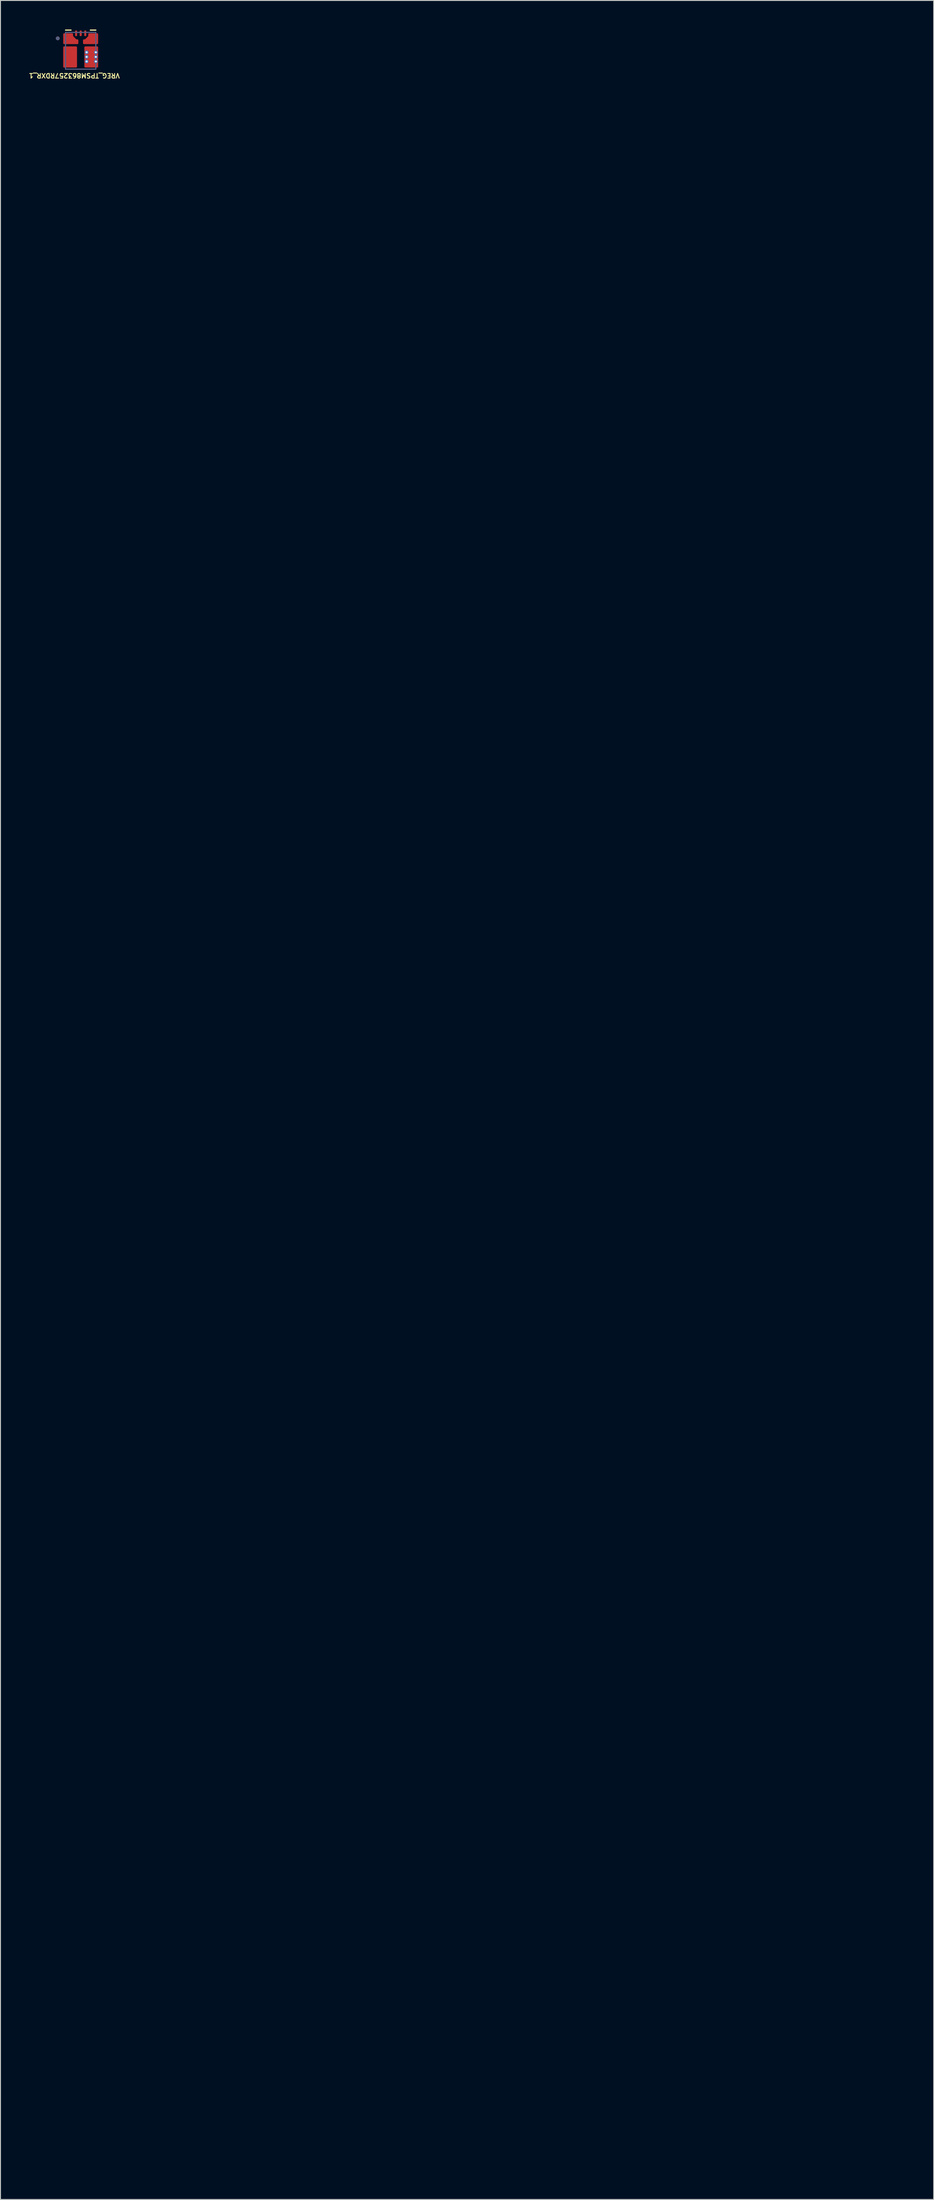
<source format=kicad_pcb>
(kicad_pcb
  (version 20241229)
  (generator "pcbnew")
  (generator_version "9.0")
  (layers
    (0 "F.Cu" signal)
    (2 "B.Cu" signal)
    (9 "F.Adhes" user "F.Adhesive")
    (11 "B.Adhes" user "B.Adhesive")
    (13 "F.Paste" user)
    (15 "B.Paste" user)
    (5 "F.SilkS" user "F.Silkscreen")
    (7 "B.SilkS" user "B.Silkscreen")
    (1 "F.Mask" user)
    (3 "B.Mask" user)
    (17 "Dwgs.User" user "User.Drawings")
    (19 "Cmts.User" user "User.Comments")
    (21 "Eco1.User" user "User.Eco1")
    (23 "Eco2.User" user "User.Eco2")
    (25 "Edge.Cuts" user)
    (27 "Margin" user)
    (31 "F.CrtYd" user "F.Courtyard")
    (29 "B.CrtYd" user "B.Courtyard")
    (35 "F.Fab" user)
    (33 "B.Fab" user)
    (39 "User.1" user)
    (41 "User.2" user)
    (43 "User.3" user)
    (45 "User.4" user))
  (footprint "VREG_TPSM863257RDXR_1"
    (layer "F.Cu")
    (at 5.74 2.475)
    (property "Reference" "VREG_TPSM863257RDXR_1" (at -0.7 2.7 180) (unlocked yes) (layer "F.SilkS") (effects (font (size 0.5 0.5) (thickness 0.1))))
    (fp_poly (pts (xy -0.43 -2.249) (xy -0.424 -2.249) (xy -0.419 -2.248) (xy -0.414 -2.247) (xy -0.409 -2.245) (xy -0.404 -2.243) (xy -0.399 -2.241) (xy -0.395 -2.239) (xy -0.39 -2.237) (xy -0.386 -2.234) (xy -0.381 -2.231) (xy -0.377 -2.228) (xy -0.373 -2.224) (xy -0.369 -2.221) (xy -0.366 -2.217) (xy -0.362 -2.213) (xy -0.359 -2.209) (xy -0.356 -2.204) (xy -0.353 -2.2) (xy -0.351 -2.195) (xy -0.349 -2.191) (xy -0.347 -2.186) (xy -0.345 -2.181) (xy -0.343 -2.176) (xy -0.342 -2.171) (xy -0.341 -2.166) (xy -0.341 -2.16) (xy -0.34 -2.155) (xy -0.34 -2.15) (xy -0.34 -1.65) (xy -0.34 -1.645) (xy -0.341 -1.64) (xy -0.341 -1.634) (xy -0.342 -1.629) (xy -0.343 -1.624) (xy -0.345 -1.619) (xy -0.347 -1.614) (xy -0.349 -1.609) (xy -0.351 -1.605) (xy -0.353 -1.6) (xy -0.356 -1.596) (xy -0.359 -1.591) (xy -0.362 -1.587) (xy -0.366 -1.583) (xy -0.369 -1.579) (xy -0.373 -1.576) (xy -0.377 -1.572) (xy -0.381 -1.569) (xy -0.386 -1.566) (xy -0.39 -1.563) (xy -0.395 -1.561) (xy -0.399 -1.559) (xy -0.404 -1.557) (xy -0.409 -1.555) (xy -0.414 -1.553) (xy -0.419 -1.552) (xy -0.424 -1.551) (xy -0.43 -1.551) (xy -0.435 -1.55) (xy -0.565 -1.55) (xy -0.57 -1.551) (xy -0.576 -1.551) (xy -0.581 -1.552) (xy -0.586 -1.553) (xy -0.591 -1.555) (xy -0.596 -1.557) (xy -0.601 -1.559) (xy -0.605 -1.561) (xy -0.61 -1.563) (xy -0.614 -1.566) (xy -0.619 -1.569) (xy -0.623 -1.572) (xy -0.627 -1.576) (xy -0.631 -1.579) (xy -0.634 -1.583) (xy -0.638 -1.587) (xy -0.641 -1.591) (xy -0.644 -1.596) (xy -0.647 -1.6) (xy -0.649 -1.605) (xy -0.651 -1.609) (xy -0.653 -1.614) (xy -0.655 -1.619) (xy -0.657 -1.624) (xy -0.658 -1.629) (xy -0.659 -1.634) (xy -0.659 -1.64) (xy -0.66 -1.645) (xy -0.66 -1.65) (xy -0.66 -2.15) (xy -0.66 -2.155) (xy -0.659 -2.16) (xy -0.659 -2.166) (xy -0.658 -2.171) (xy -0.657 -2.176) (xy -0.655 -2.181) (xy -0.653 -2.186) (xy -0.651 -2.191) (xy -0.649 -2.195) (xy -0.647 -2.2) (xy -0.644 -2.204) (xy -0.641 -2.209) (xy -0.638 -2.213) (xy -0.634 -2.217) (xy -0.631 -2.221) (xy -0.627 -2.224) (xy -0.623 -2.228) (xy -0.619 -2.231) (xy -0.614 -2.234) (xy -0.61 -2.237) (xy -0.605 -2.239) (xy -0.601 -2.241) (xy -0.596 -2.243) (xy -0.591 -2.245) (xy -0.586 -2.247) (xy -0.581 -2.248) (xy -0.576 -2.249) (xy -0.57 -2.249) (xy -0.565 -2.25) (xy -0.435 -2.25)) (stroke (width 0) (type default)) (fill yes) (layer "F.Mask"))
    (fp_poly (pts (xy 0.07 -2.249) (xy 0.076 -2.249) (xy 0.081 -2.248) (xy 0.086 -2.247) (xy 0.091 -2.245) (xy 0.096 -2.243) (xy 0.101 -2.241) (xy 0.105 -2.239) (xy 0.11 -2.237) (xy 0.114 -2.234) (xy 0.119 -2.231) (xy 0.123 -2.228) (xy 0.127 -2.224) (xy 0.131 -2.221) (xy 0.134 -2.217) (xy 0.138 -2.213) (xy 0.141 -2.209) (xy 0.144 -2.204) (xy 0.147 -2.2) (xy 0.149 -2.195) (xy 0.151 -2.191) (xy 0.153 -2.186) (xy 0.155 -2.181) (xy 0.157 -2.176) (xy 0.158 -2.171) (xy 0.159 -2.166) (xy 0.159 -2.16) (xy 0.16 -2.155) (xy 0.16 -2.15) (xy 0.16 -1.65) (xy 0.16 -1.645) (xy 0.159 -1.64) (xy 0.159 -1.634) (xy 0.158 -1.629) (xy 0.157 -1.624) (xy 0.155 -1.619) (xy 0.153 -1.614) (xy 0.151 -1.609) (xy 0.149 -1.605) (xy 0.147 -1.6) (xy 0.144 -1.596) (xy 0.141 -1.591) (xy 0.138 -1.587) (xy 0.134 -1.583) (xy 0.131 -1.579) (xy 0.127 -1.576) (xy 0.123 -1.572) (xy 0.119 -1.569) (xy 0.114 -1.566) (xy 0.11 -1.563) (xy 0.105 -1.561) (xy 0.101 -1.559) (xy 0.096 -1.557) (xy 0.091 -1.555) (xy 0.086 -1.553) (xy 0.081 -1.552) (xy 0.076 -1.551) (xy 0.07 -1.551) (xy 0.065 -1.55) (xy -0.065 -1.55) (xy -0.07 -1.551) (xy -0.076 -1.551) (xy -0.081 -1.552) (xy -0.086 -1.553) (xy -0.091 -1.555) (xy -0.096 -1.557) (xy -0.101 -1.559) (xy -0.105 -1.561) (xy -0.11 -1.563) (xy -0.114 -1.566) (xy -0.119 -1.569) (xy -0.123 -1.572) (xy -0.127 -1.576) (xy -0.131 -1.579) (xy -0.134 -1.583) (xy -0.138 -1.587) (xy -0.141 -1.591) (xy -0.144 -1.596) (xy -0.147 -1.6) (xy -0.149 -1.605) (xy -0.151 -1.609) (xy -0.153 -1.614) (xy -0.155 -1.619) (xy -0.157 -1.624) (xy -0.158 -1.629) (xy -0.159 -1.634) (xy -0.159 -1.64) (xy -0.16 -1.645) (xy -0.16 -1.65) (xy -0.16 -2.15) (xy -0.16 -2.155) (xy -0.159 -2.16) (xy -0.159 -2.166) (xy -0.158 -2.171) (xy -0.157 -2.176) (xy -0.155 -2.181) (xy -0.153 -2.186) (xy -0.151 -2.191) (xy -0.149 -2.195) (xy -0.147 -2.2) (xy -0.144 -2.204) (xy -0.141 -2.209) (xy -0.138 -2.213) (xy -0.134 -2.217) (xy -0.131 -2.221) (xy -0.127 -2.224) (xy -0.123 -2.228) (xy -0.119 -2.231) (xy -0.114 -2.234) (xy -0.11 -2.237) (xy -0.105 -2.239) (xy -0.101 -2.241) (xy -0.096 -2.243) (xy -0.091 -2.245) (xy -0.086 -2.247) (xy -0.081 -2.248) (xy -0.076 -2.249) (xy -0.07 -2.249) (xy -0.065 -2.25) (xy 0.065 -2.25)) (stroke (width 0) (type default)) (fill yes) (layer "F.Mask"))
    (fp_poly (pts (xy 0.57 -2.249) (xy 0.576 -2.249) (xy 0.581 -2.248) (xy 0.586 -2.247) (xy 0.591 -2.245) (xy 0.596 -2.243) (xy 0.601 -2.241) (xy 0.605 -2.239) (xy 0.61 -2.237) (xy 0.614 -2.234) (xy 0.619 -2.231) (xy 0.623 -2.228) (xy 0.627 -2.224) (xy 0.631 -2.221) (xy 0.634 -2.217) (xy 0.638 -2.213) (xy 0.641 -2.209) (xy 0.644 -2.204) (xy 0.647 -2.2) (xy 0.649 -2.195) (xy 0.651 -2.191) (xy 0.653 -2.186) (xy 0.655 -2.181) (xy 0.657 -2.176) (xy 0.658 -2.171) (xy 0.659 -2.166) (xy 0.659 -2.16) (xy 0.66 -2.155) (xy 0.66 -2.15) (xy 0.66 -1.65) (xy 0.66 -1.645) (xy 0.659 -1.64) (xy 0.659 -1.634) (xy 0.658 -1.629) (xy 0.657 -1.624) (xy 0.655 -1.619) (xy 0.653 -1.614) (xy 0.651 -1.609) (xy 0.649 -1.605) (xy 0.647 -1.6) (xy 0.644 -1.596) (xy 0.641 -1.591) (xy 0.638 -1.587) (xy 0.634 -1.583) (xy 0.631 -1.579) (xy 0.627 -1.576) (xy 0.623 -1.572) (xy 0.619 -1.569) (xy 0.614 -1.566) (xy 0.61 -1.563) (xy 0.605 -1.561) (xy 0.601 -1.559) (xy 0.596 -1.557) (xy 0.591 -1.555) (xy 0.586 -1.553) (xy 0.581 -1.552) (xy 0.576 -1.551) (xy 0.57 -1.551) (xy 0.565 -1.55) (xy 0.435 -1.55) (xy 0.43 -1.551) (xy 0.424 -1.551) (xy 0.419 -1.552) (xy 0.414 -1.553) (xy 0.409 -1.555) (xy 0.404 -1.557) (xy 0.399 -1.559) (xy 0.395 -1.561) (xy 0.39 -1.563) (xy 0.386 -1.566) (xy 0.381 -1.569) (xy 0.377 -1.572) (xy 0.373 -1.576) (xy 0.369 -1.579) (xy 0.366 -1.583) (xy 0.362 -1.587) (xy 0.359 -1.591) (xy 0.356 -1.596) (xy 0.353 -1.6) (xy 0.351 -1.605) (xy 0.349 -1.609) (xy 0.347 -1.614) (xy 0.345 -1.619) (xy 0.343 -1.624) (xy 0.342 -1.629) (xy 0.341 -1.634) (xy 0.341 -1.64) (xy 0.34 -1.645) (xy 0.34 -1.65) (xy 0.34 -2.15) (xy 0.34 -2.155) (xy 0.341 -2.16) (xy 0.341 -2.166) (xy 0.342 -2.171) (xy 0.343 -2.176) (xy 0.345 -2.181) (xy 0.347 -2.186) (xy 0.349 -2.191) (xy 0.351 -2.195) (xy 0.353 -2.2) (xy 0.356 -2.204) (xy 0.359 -2.209) (xy 0.362 -2.213) (xy 0.366 -2.217) (xy 0.369 -2.221) (xy 0.373 -2.224) (xy 0.377 -2.228) (xy 0.381 -2.231) (xy 0.386 -2.234) (xy 0.39 -2.237) (xy 0.395 -2.239) (xy 0.399 -2.241) (xy 0.404 -2.243) (xy 0.409 -2.245) (xy 0.414 -2.247) (xy 0.419 -2.248) (xy 0.424 -2.249) (xy 0.43 -2.249) (xy 0.435 -2.25) (xy 0.565 -2.25)) (stroke (width 0) (type default)) (fill yes) (layer "F.Mask"))
    (fp_poly (pts (xy -0.917 -1.849) (xy -0.915 -1.849) (xy -0.912 -1.848) (xy -0.91 -1.848) (xy -0.907 -1.847) (xy -0.905 -1.846) (xy -0.902 -1.845) (xy -0.9 -1.843) (xy -0.898 -1.842) (xy -0.896 -1.84) (xy -0.894 -1.839) (xy -0.892 -1.837) (xy -0.89 -1.835) (xy -0.888 -1.833) (xy -0.886 -1.831) (xy -0.885 -1.829) (xy -0.883 -1.827) (xy -0.882 -1.825) (xy -0.88 -1.823) (xy -0.879 -1.82) (xy -0.878 -1.818) (xy -0.877 -1.815) (xy -0.877 -1.813) (xy -0.876 -1.81) (xy -0.876 -1.808) (xy -0.875 -1.805) (xy -0.875 -1.803) (xy -0.875 -1.8) (xy -0.875 -1.593) (xy -0.875 -1.591) (xy -0.875 -1.59) (xy -0.875 -1.589) (xy -0.875 -1.587) (xy -0.875 -1.586) (xy -0.874 -1.585) (xy -0.874 -1.584) (xy -0.874 -1.582) (xy -0.874 -1.581) (xy -0.873 -1.58) (xy -0.873 -1.579) (xy -0.873 -1.577) (xy -0.872 -1.576) (xy -0.872 -1.575) (xy -0.871 -1.574) (xy -0.871 -1.572) (xy -0.87 -1.571) (xy -0.87 -1.57) (xy -0.869 -1.569) (xy -0.868 -1.568) (xy -0.868 -1.567) (xy -0.867 -1.565) (xy -0.866 -1.564) (xy -0.865 -1.563) (xy -0.865 -1.562) (xy -0.864 -1.561) (xy -0.863 -1.56) (xy -0.862 -1.559) (xy -0.861 -1.558) (xy -0.86 -1.557) (xy -0.513 -1.21) (xy -0.512 -1.209) (xy -0.511 -1.208) (xy -0.51 -1.207) (xy -0.509 -1.206) (xy -0.508 -1.205) (xy -0.507 -1.205) (xy -0.506 -1.204) (xy -0.505 -1.203) (xy -0.503 -1.202) (xy -0.502 -1.202) (xy -0.501 -1.201) (xy -0.5 -1.2) (xy -0.499 -1.2) (xy -0.498 -1.199) (xy -0.496 -1.199) (xy -0.495 -1.198) (xy -0.494 -1.198) (xy -0.493 -1.197) (xy -0.49 -1.197) (xy -0.489 -1.196) (xy -0.485 -1.196) (xy -0.484 -1.195) (xy -0.35 -1.195) (xy -0.347 -1.194) (xy -0.345 -1.194) (xy -0.342 -1.193) (xy -0.34 -1.193) (xy -0.337 -1.192) (xy -0.335 -1.191) (xy -0.332 -1.19) (xy -0.33 -1.188) (xy -0.328 -1.187) (xy -0.326 -1.185) (xy -0.324 -1.184) (xy -0.322 -1.182) (xy -0.32 -1.18) (xy -0.318 -1.178) (xy -0.316 -1.176) (xy -0.315 -1.174) (xy -0.313 -1.172) (xy -0.312 -1.17) (xy -0.31 -1.168) (xy -0.309 -1.165) (xy -0.308 -1.163) (xy -0.307 -1.16) (xy -0.307 -1.158) (xy -0.306 -1.155) (xy -0.306 -1.153) (xy -0.305 -1.15) (xy -0.305 -1.148) (xy -0.305 -1.145) (xy -0.305 -0.825) (xy -0.305 -0.822) (xy -0.305 -0.82) (xy -0.306 -0.817) (xy -0.306 -0.815) (xy -0.307 -0.812) (xy -0.307 -0.81) (xy -0.308 -0.807) (xy -0.309 -0.805) (xy -0.31 -0.802) (xy -0.312 -0.8) (xy -0.313 -0.798) (xy -0.315 -0.796) (xy -0.316 -0.794) (xy -0.318 -0.792) (xy -0.32 -0.79) (xy -0.322 -0.788) (xy -0.324 -0.786) (xy -0.326 -0.785) (xy -0.328 -0.783) (xy -0.33 -0.782) (xy -0.332 -0.78) (xy -0.335 -0.779) (xy -0.337 -0.778) (xy -0.34 -0.777) (xy -0.342 -0.777) (xy -0.345 -0.776) (xy -0.347 -0.776) (xy -0.35 -0.775) (xy -1.405 -0.775) (xy -1.408 -0.776) (xy -1.41 -0.776) (xy -1.413 -0.777) (xy -1.415 -0.777) (xy -1.418 -0.778) (xy -1.42 -0.779) (xy -1.423 -0.78) (xy -1.425 -0.782) (xy -1.427 -0.783) (xy -1.429 -0.785) (xy -1.431 -0.786) (xy -1.433 -0.788) (xy -1.435 -0.79) (xy -1.437 -0.792) (xy -1.439 -0.794) (xy -1.44 -0.796) (xy -1.442 -0.798) (xy -1.443 -0.8) (xy -1.445 -0.802) (xy -1.446 -0.805) (xy -1.447 -0.807) (xy -1.448 -0.81) (xy -1.448 -0.812) (xy -1.449 -0.815) (xy -1.449 -0.817) (xy -1.45 -0.82) (xy -1.45 -0.822) (xy -1.45 -0.825) (xy -1.45 -0.828) (xy -1.45 -0.83) (xy -1.451 -0.833) (xy -1.451 -0.835) (xy -1.452 -0.838) (xy -1.452 -0.84) (xy -1.453 -0.843) (xy -1.454 -0.845) (xy -1.455 -0.848) (xy -1.457 -0.85) (xy -1.458 -0.852) (xy -1.46 -0.854) (xy -1.461 -0.856) (xy -1.463 -0.858) (xy -1.465 -0.86) (xy -1.467 -0.862) (xy -1.469 -0.864) (xy -1.471 -0.865) (xy -1.473 -0.867) (xy -1.475 -0.868) (xy -1.477 -0.87) (xy -1.48 -0.871) (xy -1.482 -0.872) (xy -1.485 -0.873) (xy -1.487 -0.873) (xy -1.49 -0.874) (xy -1.492 -0.874) (xy -1.495 -0.875) (xy -1.805 -0.875) (xy -1.808 -0.876) (xy -1.81 -0.876) (xy -1.813 -0.877) (xy -1.815 -0.877) (xy -1.818 -0.878) (xy -1.82 -0.879) (xy -1.823 -0.88) (xy -1.825 -0.882) (xy -1.827 -0.883) (xy -1.829 -0.885) (xy -1.831 -0.886) (xy -1.833 -0.888) (xy -1.835 -0.89) (xy -1.837 -0.892) (xy -1.839 -0.894) (xy -1.84 -0.896) (xy -1.842 -0.898) (xy -1.843 -0.9) (xy -1.845 -0.902) (xy -1.846 -0.905) (xy -1.847 -0.907) (xy -1.848 -0.91) (xy -1.848 -0.912) (xy -1.849 -0.915) (xy -1.849 -0.917) (xy -1.85 -0.92) (xy -1.85 -0.922) (xy -1.85 -0.925) (xy -1.85 -1.075) (xy -1.85 -1.078) (xy -1.85 -1.08) (xy -1.849 -1.083) (xy -1.849 -1.085) (xy -1.848 -1.088) (xy -1.848 -1.09) (xy -1.847 -1.093) (xy -1.846 -1.095) (xy -1.845 -1.098) (xy -1.843 -1.1) (xy -1.842 -1.102) (xy -1.84 -1.104) (xy -1.839 -1.106) (xy -1.837 -1.108) (xy -1.835 -1.11) (xy -1.833 -1.112) (xy -1.831 -1.114) (xy -1.829 -1.115) (xy -1.827 -1.117) (xy -1.825 -1.118) (xy -1.823 -1.12) (xy -1.82 -1.121) (xy -1.818 -1.122) (xy -1.815 -1.123) (xy -1.813 -1.123) (xy -1.81 -1.124) (xy -1.808 -1.124) (xy -1.805 -1.125) (xy -1.495 -1.125) (xy -1.492 -1.126) (xy -1.49 -1.126) (xy -1.487 -1.127) (xy -1.485 -1.127) (xy -1.482 -1.128) (xy -1.48 -1.129) (xy -1.477 -1.13) (xy -1.475 -1.132) (xy -1.473 -1.133) (xy -1.471 -1.135) (xy -1.469 -1.136) (xy -1.467 -1.138) (xy -1.465 -1.14) (xy -1.463 -1.142) (xy -1.461 -1.144) (xy -1.46 -1.146) (xy -1.458 -1.148) (xy -1.457 -1.15) (xy -1.455 -1.152) (xy -1.454 -1.155) (xy -1.453 -1.157) (xy -1.452 -1.16) (xy -1.452 -1.162) (xy -1.451 -1.165) (xy -1.451 -1.167) (xy -1.45 -1.17) (xy -1.45 -1.172) (xy -1.45 -1.175) (xy -1.45 -1.325) (xy -1.45 -1.328) (xy -1.45 -1.33) (xy -1.451 -1.333) (xy -1.451 -1.335) (xy -1.452 -1.338) (xy -1.452 -1.34) (xy -1.453 -1.343) (xy -1.454 -1.345) (xy -1.455 -1.348) (xy -1.457 -1.35) (xy -1.458 -1.352) (xy -1.46 -1.354) (xy -1.461 -1.356) (xy -1.463 -1.358) (xy -1.465 -1.36) (xy -1.467 -1.362) (xy -1.469 -1.364) (xy -1.471 -1.365) (xy -1.473 -1.367) (xy -1.475 -1.368) (xy -1.477 -1.37) (xy -1.48 -1.371) (xy -1.482 -1.372) (xy -1.485 -1.373) (xy -1.487 -1.373) (xy -1.49 -1.374) (xy -1.492 -1.374) (xy -1.495 -1.375) (xy -1.805 -1.375) (xy -1.808 -1.376) (xy -1.81 -1.376) (xy -1.813 -1.377) (xy -1.815 -1.377) (xy -1.818 -1.378) (xy -1.82 -1.379) (xy -1.823 -1.38) (xy -1.825 -1.382) (xy -1.827 -1.383) (xy -1.829 -1.385) (xy -1.831 -1.386) (xy -1.833 -1.388) (xy -1.835 -1.39) (xy -1.837 -1.392) (xy -1.839 -1.394) (xy -1.84 -1.396) (xy -1.842 -1.398) (xy -1.843 -1.4) (xy -1.845 -1.402) (xy -1.846 -1.405) (xy -1.847 -1.407) (xy -1.848 -1.41) (xy -1.848 -1.412) (xy -1.849 -1.415) (xy -1.849 -1.417) (xy -1.85 -1.42) (xy -1.85 -1.422) (xy -1.85 -1.425) (xy -1.85 -1.575) (xy -1.85 -1.578) (xy -1.85 -1.58) (xy -1.849 -1.583) (xy -1.849 -1.585) (xy -1.848 -1.588) (xy -1.848 -1.59) (xy -1.847 -1.593) (xy -1.846 -1.595) (xy -1.845 -1.598) (xy -1.843 -1.6) (xy -1.842 -1.602) (xy -1.84 -1.604) (xy -1.839 -1.606) (xy -1.837 -1.608) (xy -1.835 -1.61) (xy -1.833 -1.612) (xy -1.831 -1.614) (xy -1.829 -1.615) (xy -1.827 -1.617) (xy -1.825 -1.618) (xy -1.823 -1.62) (xy -1.82 -1.621) (xy -1.818 -1.622) (xy -1.815 -1.623) (xy -1.813 -1.623) (xy -1.81 -1.624) (xy -1.808 -1.624) (xy -1.805 -1.625) (xy -1.495 -1.625) (xy -1.492 -1.626) (xy -1.49 -1.626) (xy -1.487 -1.627) (xy -1.485 -1.627) (xy -1.482 -1.628) (xy -1.48 -1.629) (xy -1.477 -1.63) (xy -1.475 -1.632) (xy -1.473 -1.633) (xy -1.471 -1.635) (xy -1.469 -1.636) (xy -1.467 -1.638) (xy -1.465 -1.64) (xy -1.463 -1.642) (xy -1.461 -1.644) (xy -1.46 -1.646) (xy -1.458 -1.648) (xy -1.457 -1.65) (xy -1.455 -1.652) (xy -1.454 -1.655) (xy -1.453 -1.657) (xy -1.452 -1.66) (xy -1.452 -1.662) (xy -1.451 -1.665) (xy -1.451 -1.667) (xy -1.45 -1.67) (xy -1.45 -1.672) (xy -1.45 -1.675) (xy -1.45 -1.8) (xy -1.45 -1.803) (xy -1.45 -1.805) (xy -1.449 -1.808) (xy -1.449 -1.81) (xy -1.448 -1.813) (xy -1.448 -1.815) (xy -1.447 -1.818) (xy -1.446 -1.82) (xy -1.445 -1.823) (xy -1.443 -1.825) (xy -1.442 -1.827) (xy -1.44 -1.829) (xy -1.439 -1.831) (xy -1.437 -1.833) (xy -1.435 -1.835) (xy -1.433 -1.837) (xy -1.431 -1.839) (xy -1.429 -1.84) (xy -1.427 -1.842) (xy -1.425 -1.843) (xy -1.423 -1.845) (xy -1.42 -1.846) (xy -1.418 -1.847) (xy -1.415 -1.848) (xy -1.413 -1.848) (xy -1.41 -1.849) (xy -1.408 -1.849) (xy -1.405 -1.85) (xy -0.92 -1.85)) (stroke (width 0) (type default)) (fill yes) (layer "F.Mask"))
    (fp_poly (pts (xy 1.408 -1.849) (xy 1.41 -1.849) (xy 1.413 -1.848) (xy 1.415 -1.848) (xy 1.418 -1.847) (xy 1.42 -1.846) (xy 1.423 -1.845) (xy 1.425 -1.843) (xy 1.427 -1.842) (xy 1.429 -1.84) (xy 1.431 -1.839) (xy 1.433 -1.837) (xy 1.435 -1.835) (xy 1.437 -1.833) (xy 1.439 -1.831) (xy 1.44 -1.829) (xy 1.442 -1.827) (xy 1.443 -1.825) (xy 1.445 -1.823) (xy 1.446 -1.82) (xy 1.447 -1.818) (xy 1.448 -1.815) (xy 1.448 -1.813) (xy 1.449 -1.81) (xy 1.449 -1.808) (xy 1.45 -1.805) (xy 1.45 -1.803) (xy 1.45 -1.8) (xy 1.45 -1.675) (xy 1.45 -1.672) (xy 1.45 -1.67) (xy 1.451 -1.667) (xy 1.451 -1.665) (xy 1.452 -1.662) (xy 1.452 -1.66) (xy 1.453 -1.657) (xy 1.454 -1.655) (xy 1.455 -1.652) (xy 1.457 -1.65) (xy 1.458 -1.648) (xy 1.46 -1.646) (xy 1.461 -1.644) (xy 1.463 -1.642) (xy 1.465 -1.64) (xy 1.467 -1.638) (xy 1.469 -1.636) (xy 1.471 -1.635) (xy 1.473 -1.633) (xy 1.475 -1.632) (xy 1.477 -1.63) (xy 1.48 -1.629) (xy 1.482 -1.628) (xy 1.485 -1.627) (xy 1.487 -1.627) (xy 1.49 -1.626) (xy 1.492 -1.626) (xy 1.495 -1.625) (xy 1.805 -1.625) (xy 1.808 -1.624) (xy 1.81 -1.624) (xy 1.813 -1.623) (xy 1.815 -1.623) (xy 1.818 -1.622) (xy 1.82 -1.621) (xy 1.823 -1.62) (xy 1.825 -1.618) (xy 1.827 -1.617) (xy 1.829 -1.615) (xy 1.831 -1.614) (xy 1.833 -1.612) (xy 1.835 -1.61) (xy 1.837 -1.608) (xy 1.839 -1.606) (xy 1.84 -1.604) (xy 1.842 -1.602) (xy 1.843 -1.6) (xy 1.845 -1.598) (xy 1.846 -1.595) (xy 1.847 -1.593) (xy 1.848 -1.59) (xy 1.848 -1.588) (xy 1.849 -1.585) (xy 1.849 -1.583) (xy 1.85 -1.58) (xy 1.85 -1.578) (xy 1.85 -1.575) (xy 1.85 -1.425) (xy 1.85 -1.422) (xy 1.85 -1.42) (xy 1.849 -1.417) (xy 1.849 -1.415) (xy 1.848 -1.412) (xy 1.848 -1.41) (xy 1.847 -1.407) (xy 1.846 -1.405) (xy 1.845 -1.402) (xy 1.843 -1.4) (xy 1.842 -1.398) (xy 1.84 -1.396) (xy 1.839 -1.394) (xy 1.837 -1.392) (xy 1.835 -1.39) (xy 1.833 -1.388) (xy 1.831 -1.386) (xy 1.829 -1.385) (xy 1.827 -1.383) (xy 1.825 -1.382) (xy 1.823 -1.38) (xy 1.82 -1.379) (xy 1.818 -1.378) (xy 1.815 -1.377) (xy 1.813 -1.377) (xy 1.81 -1.376) (xy 1.808 -1.376) (xy 1.805 -1.375) (xy 1.495 -1.375) (xy 1.492 -1.374) (xy 1.49 -1.374) (xy 1.487 -1.373) (xy 1.485 -1.373) (xy 1.482 -1.372) (xy 1.48 -1.371) (xy 1.477 -1.37) (xy 1.475 -1.368) (xy 1.473 -1.367) (xy 1.471 -1.365) (xy 1.469 -1.364) (xy 1.467 -1.362) (xy 1.465 -1.36) (xy 1.463 -1.358) (xy 1.461 -1.356) (xy 1.46 -1.354) (xy 1.458 -1.352) (xy 1.457 -1.35) (xy 1.455 -1.348) (xy 1.454 -1.345) (xy 1.453 -1.343) (xy 1.452 -1.34) (xy 1.452 -1.338) (xy 1.451 -1.335) (xy 1.451 -1.333) (xy 1.45 -1.33) (xy 1.45 -1.328) (xy 1.45 -1.325) (xy 1.45 -1.175) (xy 1.45 -1.172) (xy 1.45 -1.17) (xy 1.451 -1.167) (xy 1.451 -1.165) (xy 1.452 -1.162) (xy 1.452 -1.16) (xy 1.453 -1.157) (xy 1.454 -1.155) (xy 1.455 -1.152) (xy 1.457 -1.15) (xy 1.458 -1.148) (xy 1.46 -1.146) (xy 1.461 -1.144) (xy 1.463 -1.142) (xy 1.465 -1.14) (xy 1.467 -1.138) (xy 1.469 -1.136) (xy 1.471 -1.135) (xy 1.473 -1.133) (xy 1.475 -1.132) (xy 1.477 -1.13) (xy 1.48 -1.129) (xy 1.482 -1.128) (xy 1.485 -1.127) (xy 1.487 -1.127) (xy 1.49 -1.126) (xy 1.492 -1.126) (xy 1.495 -1.125) (xy 1.805 -1.125) (xy 1.808 -1.124) (xy 1.81 -1.124) (xy 1.813 -1.123) (xy 1.815 -1.123) (xy 1.818 -1.122) (xy 1.82 -1.121) (xy 1.823 -1.12) (xy 1.825 -1.118) (xy 1.827 -1.117) (xy 1.829 -1.115) (xy 1.831 -1.114) (xy 1.833 -1.112) (xy 1.835 -1.11) (xy 1.837 -1.108) (xy 1.839 -1.106) (xy 1.84 -1.104) (xy 1.842 -1.102) (xy 1.843 -1.1) (xy 1.845 -1.098) (xy 1.846 -1.095) (xy 1.847 -1.093) (xy 1.848 -1.09) (xy 1.848 -1.088) (xy 1.849 -1.085) (xy 1.849 -1.083) (xy 1.85 -1.08) (xy 1.85 -1.078) (xy 1.85 -1.075) (xy 1.85 -0.925) (xy 1.85 -0.922) (xy 1.85 -0.92) (xy 1.849 -0.917) (xy 1.849 -0.915) (xy 1.848 -0.912) (xy 1.848 -0.91) (xy 1.847 -0.907) (xy 1.846 -0.905) (xy 1.845 -0.902) (xy 1.843 -0.9) (xy 1.842 -0.898) (xy 1.84 -0.896) (xy 1.839 -0.894) (xy 1.837 -0.892) (xy 1.835 -0.89) (xy 1.833 -0.888) (xy 1.831 -0.886) (xy 1.829 -0.885) (xy 1.827 -0.883) (xy 1.825 -0.882) (xy 1.823 -0.88) (xy 1.82 -0.879) (xy 1.818 -0.878) (xy 1.815 -0.877) (xy 1.813 -0.877) (xy 1.81 -0.876) (xy 1.808 -0.876) (xy 1.805 -0.875) (xy 1.495 -0.875) (xy 1.492 -0.874) (xy 1.49 -0.874) (xy 1.487 -0.873) (xy 1.485 -0.873) (xy 1.482 -0.872) (xy 1.48 -0.871) (xy 1.477 -0.87) (xy 1.475 -0.868) (xy 1.473 -0.867) (xy 1.471 -0.865) (xy 1.469 -0.864) (xy 1.467 -0.862) (xy 1.465 -0.86) (xy 1.463 -0.858) (xy 1.461 -0.856) (xy 1.46 -0.854) (xy 1.458 -0.852) (xy 1.457 -0.85) (xy 1.455 -0.848) (xy 1.454 -0.845) (xy 1.453 -0.843) (xy 1.452 -0.84) (xy 1.452 -0.838) (xy 1.451 -0.835) (xy 1.451 -0.833) (xy 1.45 -0.83) (xy 1.45 -0.828) (xy 1.45 -0.825) (xy 1.45 -0.822) (xy 1.45 -0.82) (xy 1.449 -0.817) (xy 1.449 -0.815) (xy 1.448 -0.812) (xy 1.448 -0.81) (xy 1.447 -0.807) (xy 1.446 -0.805) (xy 1.445 -0.802) (xy 1.443 -0.8) (xy 1.442 -0.798) (xy 1.44 -0.796) (xy 1.439 -0.794) (xy 1.437 -0.792) (xy 1.435 -0.79) (xy 1.433 -0.788) (xy 1.431 -0.786) (xy 1.429 -0.785) (xy 1.427 -0.783) (xy 1.425 -0.782) (xy 1.423 -0.78) (xy 1.42 -0.779) (xy 1.418 -0.778) (xy 1.415 -0.777) (xy 1.413 -0.777) (xy 1.41 -0.776) (xy 1.408 -0.776) (xy 1.405 -0.775) (xy 0.35 -0.775) (xy 0.347 -0.776) (xy 0.345 -0.776) (xy 0.342 -0.777) (xy 0.34 -0.777) (xy 0.337 -0.778) (xy 0.335 -0.779) (xy 0.332 -0.78) (xy 0.33 -0.782) (xy 0.328 -0.783) (xy 0.326 -0.785) (xy 0.324 -0.786) (xy 0.322 -0.788) (xy 0.32 -0.79) (xy 0.318 -0.792) (xy 0.316 -0.794) (xy 0.315 -0.796) (xy 0.313 -0.798) (xy 0.312 -0.8) (xy 0.31 -0.802) (xy 0.309 -0.805) (xy 0.308 -0.807) (xy 0.307 -0.81) (xy 0.307 -0.812) (xy 0.306 -0.815) (xy 0.306 -0.817) (xy 0.305 -0.82) (xy 0.305 -0.822) (xy 0.305 -0.825) (xy 0.305 -1.145) (xy 0.305 -1.148) (xy 0.305 -1.15) (xy 0.306 -1.153) (xy 0.306 -1.155) (xy 0.307 -1.158) (xy 0.307 -1.16) (xy 0.308 -1.163) (xy 0.309 -1.165) (xy 0.31 -1.168) (xy 0.312 -1.17) (xy 0.313 -1.172) (xy 0.315 -1.174) (xy 0.316 -1.176) (xy 0.318 -1.178) (xy 0.32 -1.18) (xy 0.322 -1.182) (xy 0.324 -1.184) (xy 0.326 -1.185) (xy 0.328 -1.187) (xy 0.33 -1.188) (xy 0.332 -1.19) (xy 0.335 -1.191) (xy 0.337 -1.192) (xy 0.34 -1.193) (xy 0.342 -1.193) (xy 0.345 -1.194) (xy 0.347 -1.194) (xy 0.35 -1.195) (xy 0.484 -1.195) (xy 0.485 -1.196) (xy 0.489 -1.196) (xy 0.49 -1.197) (xy 0.493 -1.197) (xy 0.494 -1.198) (xy 0.495 -1.198) (xy 0.496 -1.199) (xy 0.498 -1.199) (xy 0.499 -1.2) (xy 0.5 -1.2) (xy 0.501 -1.201) (xy 0.502 -1.202) (xy 0.503 -1.202) (xy 0.505 -1.203) (xy 0.506 -1.204) (xy 0.507 -1.205) (xy 0.508 -1.205) (xy 0.509 -1.206) (xy 0.51 -1.207) (xy 0.511 -1.208) (xy 0.512 -1.209) (xy 0.513 -1.21) (xy 0.86 -1.557) (xy 0.861 -1.558) (xy 0.862 -1.559) (xy 0.863 -1.56) (xy 0.864 -1.561) (xy 0.865 -1.562) (xy 0.865 -1.563) (xy 0.866 -1.564) (xy 0.867 -1.565) (xy 0.868 -1.567) (xy 0.868 -1.568) (xy 0.869 -1.569) (xy 0.87 -1.57) (xy 0.87 -1.571) (xy 0.871 -1.572) (xy 0.871 -1.574) (xy 0.872 -1.575) (xy 0.872 -1.576) (xy 0.873 -1.577) (xy 0.873 -1.579) (xy 0.873 -1.58) (xy 0.874 -1.581) (xy 0.874 -1.582) (xy 0.874 -1.584) (xy 0.874 -1.585) (xy 0.875 -1.586) (xy 0.875 -1.587) (xy 0.875 -1.589) (xy 0.875 -1.59) (xy 0.875 -1.591) (xy 0.875 -1.593) (xy 0.875 -1.8) (xy 0.875 -1.803) (xy 0.875 -1.805) (xy 0.876 -1.808) (xy 0.876 -1.81) (xy 0.877 -1.813) (xy 0.877 -1.815) (xy 0.878 -1.818) (xy 0.879 -1.82) (xy 0.88 -1.823) (xy 0.882 -1.825) (xy 0.883 -1.827) (xy 0.885 -1.829) (xy 0.886 -1.831) (xy 0.888 -1.833) (xy 0.89 -1.835) (xy 0.892 -1.837) (xy 0.894 -1.839) (xy 0.896 -1.84) (xy 0.898 -1.842) (xy 0.9 -1.843) (xy 0.902 -1.845) (xy 0.905 -1.846) (xy 0.907 -1.847) (xy 0.91 -1.848) (xy 0.912 -1.848) (xy 0.915 -1.849) (xy 0.917 -1.849) (xy 0.92 -1.85) (xy 1.405 -1.85)) (stroke (width 0) (type default)) (fill yes) (layer "F.Mask"))
    (fp_poly (pts (xy -0.492 -0.424) (xy -0.49 -0.424) (xy -0.487 -0.423) (xy -0.485 -0.423) (xy -0.482 -0.422) (xy -0.48 -0.421) (xy -0.477 -0.42) (xy -0.475 -0.418) (xy -0.473 -0.417) (xy -0.471 -0.415) (xy -0.469 -0.414) (xy -0.467 -0.412) (xy -0.465 -0.41) (xy -0.463 -0.408) (xy -0.461 -0.406) (xy -0.46 -0.404) (xy -0.458 -0.402) (xy -0.457 -0.4) (xy -0.455 -0.398) (xy -0.454 -0.395) (xy -0.453 -0.393) (xy -0.452 -0.39) (xy -0.452 -0.388) (xy -0.451 -0.385) (xy -0.451 -0.383) (xy -0.45 -0.38) (xy -0.45 -0.378) (xy -0.45 -0.375) (xy -0.45 1.725) (xy -0.45 1.728) (xy -0.45 1.73) (xy -0.451 1.733) (xy -0.451 1.735) (xy -0.452 1.738) (xy -0.452 1.74) (xy -0.453 1.743) (xy -0.454 1.745) (xy -0.455 1.748) (xy -0.457 1.75) (xy -0.458 1.752) (xy -0.46 1.754) (xy -0.461 1.756) (xy -0.463 1.758) (xy -0.465 1.76) (xy -0.467 1.762) (xy -0.469 1.764) (xy -0.471 1.765) (xy -0.473 1.767) (xy -0.475 1.768) (xy -0.477 1.77) (xy -0.48 1.771) (xy -0.482 1.772) (xy -0.485 1.773) (xy -0.487 1.773) (xy -0.49 1.774) (xy -0.492 1.774) (xy -0.495 1.775) (xy -1.405 1.775) (xy -1.408 1.774) (xy -1.41 1.774) (xy -1.413 1.773) (xy -1.415 1.773) (xy -1.418 1.772) (xy -1.42 1.771) (xy -1.423 1.77) (xy -1.425 1.768) (xy -1.427 1.767) (xy -1.429 1.765) (xy -1.431 1.764) (xy -1.433 1.762) (xy -1.435 1.76) (xy -1.437 1.758) (xy -1.439 1.756) (xy -1.44 1.754) (xy -1.442 1.752) (xy -1.443 1.75) (xy -1.445 1.748) (xy -1.446 1.745) (xy -1.447 1.743) (xy -1.448 1.74) (xy -1.448 1.738) (xy -1.449 1.735) (xy -1.449 1.733) (xy -1.45 1.73) (xy -1.45 1.728) (xy -1.45 1.725) (xy -1.45 1.59) (xy -1.45 1.587) (xy -1.45 1.585) (xy -1.451 1.582) (xy -1.451 1.58) (xy -1.452 1.577) (xy -1.452 1.575) (xy -1.453 1.572) (xy -1.454 1.57) (xy -1.455 1.567) (xy -1.457 1.565) (xy -1.458 1.563) (xy -1.46 1.561) (xy -1.461 1.559) (xy -1.463 1.557) (xy -1.465 1.555) (xy -1.467 1.553) (xy -1.469 1.551) (xy -1.471 1.55) (xy -1.473 1.548) (xy -1.475 1.547) (xy -1.477 1.545) (xy -1.48 1.544) (xy -1.482 1.543) (xy -1.485 1.542) (xy -1.487 1.542) (xy -1.49 1.541) (xy -1.492 1.541) (xy -1.495 1.54) (xy -1.805 1.54) (xy -1.808 1.539) (xy -1.81 1.539) (xy -1.813 1.538) (xy -1.815 1.538) (xy -1.818 1.537) (xy -1.82 1.536) (xy -1.823 1.535) (xy -1.825 1.533) (xy -1.827 1.532) (xy -1.829 1.53) (xy -1.831 1.529) (xy -1.833 1.527) (xy -1.835 1.525) (xy -1.837 1.523) (xy -1.839 1.521) (xy -1.84 1.519) (xy -1.842 1.517) (xy -1.843 1.515) (xy -1.845 1.513) (xy -1.846 1.51) (xy -1.847 1.508) (xy -1.848 1.505) (xy -1.848 1.503) (xy -1.849 1.5) (xy -1.849 1.498) (xy -1.85 1.495) (xy -1.85 1.493) (xy -1.85 1.49) (xy -1.85 1.34) (xy -1.85 1.337) (xy -1.85 1.335) (xy -1.849 1.332) (xy -1.849 1.33) (xy -1.848 1.327) (xy -1.848 1.325) (xy -1.847 1.322) (xy -1.846 1.32) (xy -1.845 1.317) (xy -1.843 1.315) (xy -1.842 1.313) (xy -1.84 1.311) (xy -1.839 1.309) (xy -1.837 1.307) (xy -1.835 1.305) (xy -1.833 1.303) (xy -1.831 1.301) (xy -1.829 1.3) (xy -1.827 1.298) (xy -1.825 1.297) (xy -1.823 1.295) (xy -1.82 1.294) (xy -1.818 1.293) (xy -1.815 1.292) (xy -1.813 1.292) (xy -1.81 1.291) (xy -1.808 1.291) (xy -1.805 1.29) (xy -1.495 1.29) (xy -1.492 1.289) (xy -1.49 1.289) (xy -1.487 1.288) (xy -1.485 1.288) (xy -1.482 1.287) (xy -1.48 1.286) (xy -1.477 1.285) (xy -1.475 1.283) (xy -1.473 1.282) (xy -1.471 1.28) (xy -1.469 1.279) (xy -1.467 1.277) (xy -1.465 1.275) (xy -1.463 1.273) (xy -1.461 1.271) (xy -1.46 1.269) (xy -1.458 1.267) (xy -1.457 1.265) (xy -1.455 1.263) (xy -1.454 1.26) (xy -1.453 1.258) (xy -1.452 1.255) (xy -1.452 1.253) (xy -1.451 1.25) (xy -1.451 1.248) (xy -1.45 1.245) (xy -1.45 1.243) (xy -1.45 1.24) (xy -1.45 1.09) (xy -1.45 1.087) (xy -1.45 1.085) (xy -1.451 1.082) (xy -1.451 1.08) (xy -1.452 1.077) (xy -1.452 1.075) (xy -1.453 1.072) (xy -1.454 1.07) (xy -1.455 1.067) (xy -1.457 1.065) (xy -1.458 1.063) (xy -1.46 1.061) (xy -1.461 1.059) (xy -1.463 1.057) (xy -1.465 1.055) (xy -1.467 1.053) (xy -1.469 1.051) (xy -1.471 1.05) (xy -1.473 1.048) (xy -1.475 1.047) (xy -1.477 1.045) (xy -1.48 1.044) (xy -1.482 1.043) (xy -1.485 1.042) (xy -1.487 1.042) (xy -1.49 1.041) (xy -1.492 1.041) (xy -1.495 1.04) (xy -1.805 1.04) (xy -1.808 1.039) (xy -1.81 1.039) (xy -1.813 1.038) (xy -1.815 1.038) (xy -1.818 1.037) (xy -1.82 1.036) (xy -1.823 1.035) (xy -1.825 1.033) (xy -1.827 1.032) (xy -1.829 1.03) (xy -1.831 1.029) (xy -1.833 1.027) (xy -1.835 1.025) (xy -1.837 1.023) (xy -1.839 1.021) (xy -1.84 1.019) (xy -1.842 1.017) (xy -1.843 1.015) (xy -1.845 1.013) (xy -1.846 1.01) (xy -1.847 1.008) (xy -1.848 1.005) (xy -1.848 1.003) (xy -1.849 1) (xy -1.849 0.998) (xy -1.85 0.995) (xy -1.85 0.993) (xy -1.85 0.99) (xy -1.85 0.84) (xy -1.85 0.837) (xy -1.85 0.835) (xy -1.849 0.832) (xy -1.849 0.83) (xy -1.848 0.827) (xy -1.848 0.825) (xy -1.847 0.822) (xy -1.846 0.82) (xy -1.845 0.817) (xy -1.843 0.815) (xy -1.842 0.813) (xy -1.84 0.811) (xy -1.839 0.809) (xy -1.837 0.807) (xy -1.835 0.805) (xy -1.833 0.803) (xy -1.831 0.801) (xy -1.829 0.8) (xy -1.827 0.798) (xy -1.825 0.797) (xy -1.823 0.795) (xy -1.82 0.794) (xy -1.818 0.793) (xy -1.815 0.792) (xy -1.813 0.792) (xy -1.81 0.791) (xy -1.808 0.791) (xy -1.805 0.79) (xy -1.495 0.79) (xy -1.492 0.789) (xy -1.49 0.789) (xy -1.487 0.788) (xy -1.485 0.788) (xy -1.482 0.787) (xy -1.48 0.786) (xy -1.477 0.785) (xy -1.475 0.783) (xy -1.473 0.782) (xy -1.471 0.78) (xy -1.469 0.779) (xy -1.467 0.777) (xy -1.465 0.775) (xy -1.463 0.773) (xy -1.461 0.771) (xy -1.46 0.769) (xy -1.458 0.767) (xy -1.457 0.765) (xy -1.455 0.763) (xy -1.454 0.76) (xy -1.453 0.758) (xy -1.452 0.755) (xy -1.452 0.753) (xy -1.451 0.75) (xy -1.451 0.748) (xy -1.45 0.745) (xy -1.45 0.743) (xy -1.45 0.74) (xy -1.45 0.59) (xy -1.45 0.587) (xy -1.45 0.585) (xy -1.451 0.582) (xy -1.451 0.58) (xy -1.452 0.577) (xy -1.452 0.575) (xy -1.453 0.572) (xy -1.454 0.57) (xy -1.455 0.567) (xy -1.457 0.565) (xy -1.458 0.563) (xy -1.46 0.561) (xy -1.461 0.559) (xy -1.463 0.557) (xy -1.465 0.555) (xy -1.467 0.553) (xy -1.469 0.551) (xy -1.471 0.55) (xy -1.473 0.548) (xy -1.475 0.547) (xy -1.477 0.545) (xy -1.48 0.544) (xy -1.482 0.543) (xy -1.485 0.542) (xy -1.487 0.542) (xy -1.49 0.541) (xy -1.492 0.541) (xy -1.495 0.54) (xy -1.805 0.54) (xy -1.808 0.539) (xy -1.81 0.539) (xy -1.813 0.538) (xy -1.815 0.538) (xy -1.818 0.537) (xy -1.82 0.536) (xy -1.823 0.535) (xy -1.825 0.533) (xy -1.827 0.532) (xy -1.829 0.53) (xy -1.831 0.529) (xy -1.833 0.527) (xy -1.835 0.525) (xy -1.837 0.523) (xy -1.839 0.521) (xy -1.84 0.519) (xy -1.842 0.517) (xy -1.843 0.515) (xy -1.845 0.513) (xy -1.846 0.51) (xy -1.847 0.508) (xy -1.848 0.505) (xy -1.848 0.503) (xy -1.849 0.5) (xy -1.849 0.498) (xy -1.85 0.495) (xy -1.85 0.493) (xy -1.85 0.49) (xy -1.85 0.34) (xy -1.85 0.337) (xy -1.85 0.335) (xy -1.849 0.332) (xy -1.849 0.33) (xy -1.848 0.327) (xy -1.848 0.325) (xy -1.847 0.322) (xy -1.846 0.32) (xy -1.845 0.317) (xy -1.843 0.315) (xy -1.842 0.313) (xy -1.84 0.311) (xy -1.839 0.309) (xy -1.837 0.307) (xy -1.835 0.305) (xy -1.833 0.303) (xy -1.831 0.301) (xy -1.829 0.3) (xy -1.827 0.298) (xy -1.825 0.297) (xy -1.823 0.295) (xy -1.82 0.294) (xy -1.818 0.293) (xy -1.815 0.292) (xy -1.813 0.292) (xy -1.81 0.291) (xy -1.808 0.291) (xy -1.805 0.29) (xy -1.495 0.29) (xy -1.492 0.289) (xy -1.49 0.289) (xy -1.487 0.288) (xy -1.485 0.288) (xy -1.482 0.287) (xy -1.48 0.286) (xy -1.477 0.285) (xy -1.475 0.283) (xy -1.473 0.282) (xy -1.471 0.28) (xy -1.469 0.279) (xy -1.467 0.277) (xy -1.465 0.275) (xy -1.463 0.273) (xy -1.461 0.271) (xy -1.46 0.269) (xy -1.458 0.267) (xy -1.457 0.265) (xy -1.455 0.263) (xy -1.454 0.26) (xy -1.453 0.258) (xy -1.452 0.255) (xy -1.452 0.253) (xy -1.451 0.25) (xy -1.451 0.248) (xy -1.45 0.245) (xy -1.45 0.243) (xy -1.45 0.24) (xy -1.45 0.09) (xy -1.45 0.087) (xy -1.45 0.085) (xy -1.451 0.082) (xy -1.451 0.08) (xy -1.452 0.077) (xy -1.452 0.075) (xy -1.453 0.072) (xy -1.454 0.07) (xy -1.455 0.067) (xy -1.457 0.065) (xy -1.458 0.063) (xy -1.46 0.061) (xy -1.461 0.059) (xy -1.463 0.057) (xy -1.465 0.055) (xy -1.467 0.053) (xy -1.469 0.051) (xy -1.471 0.05) (xy -1.473 0.048) (xy -1.475 0.047) (xy -1.477 0.045) (xy -1.48 0.044) (xy -1.482 0.043) (xy -1.485 0.042) (xy -1.487 0.042) (xy -1.49 0.041) (xy -1.492 0.041) (xy -1.495 0.04) (xy -1.805 0.04) (xy -1.808 0.039) (xy -1.81 0.039) (xy -1.813 0.038) (xy -1.815 0.038) (xy -1.818 0.037) (xy -1.82 0.036) (xy -1.823 0.035) (xy -1.825 0.033) (xy -1.827 0.032) (xy -1.829 0.03) (xy -1.831 0.029) (xy -1.833 0.027) (xy -1.835 0.025) (xy -1.837 0.023) (xy -1.839 0.021) (xy -1.84 0.019) (xy -1.842 0.017) (xy -1.843 0.015) (xy -1.845 0.013) (xy -1.846 0.01) (xy -1.847 0.008) (xy -1.848 0.005) (xy -1.848 0.003) (xy -1.849 0) (xy -1.849 -0.002) (xy -1.85 -0.005) (xy -1.85 -0.007) (xy -1.85 -0.01) (xy -1.85 -0.16) (xy -1.85 -0.163) (xy -1.85 -0.165) (xy -1.849 -0.168) (xy -1.849 -0.17) (xy -1.848 -0.173) (xy -1.848 -0.175) (xy -1.847 -0.178) (xy -1.846 -0.18) (xy -1.845 -0.183) (xy -1.843 -0.185) (xy -1.842 -0.187) (xy -1.84 -0.189) (xy -1.839 -0.191) (xy -1.837 -0.193) (xy -1.835 -0.195) (xy -1.833 -0.197) (xy -1.831 -0.199) (xy -1.829 -0.2) (xy -1.827 -0.202) (xy -1.825 -0.203) (xy -1.823 -0.205) (xy -1.82 -0.206) (xy -1.818 -0.207) (xy -1.815 -0.208) (xy -1.813 -0.208) (xy -1.81 -0.209) (xy -1.808 -0.209) (xy -1.805 -0.21) (xy -1.495 -0.21) (xy -1.492 -0.211) (xy -1.49 -0.211) (xy -1.487 -0.212) (xy -1.485 -0.212) (xy -1.482 -0.213) (xy -1.48 -0.214) (xy -1.477 -0.215) (xy -1.475 -0.217) (xy -1.473 -0.218) (xy -1.471 -0.22) (xy -1.469 -0.221) (xy -1.467 -0.223) (xy -1.465 -0.225) (xy -1.463 -0.227) (xy -1.461 -0.229) (xy -1.46 -0.231) (xy -1.458 -0.233) (xy -1.457 -0.235) (xy -1.455 -0.237) (xy -1.454 -0.24) (xy -1.453 -0.242) (xy -1.452 -0.245) (xy -1.452 -0.247) (xy -1.451 -0.25) (xy -1.451 -0.252) (xy -1.45 -0.255) (xy -1.45 -0.257) (xy -1.45 -0.26) (xy -1.45 -0.375) (xy -1.45 -0.378) (xy -1.45 -0.38) (xy -1.449 -0.383) (xy -1.449 -0.385) (xy -1.448 -0.388) (xy -1.448 -0.39) (xy -1.447 -0.393) (xy -1.446 -0.395) (xy -1.445 -0.398) (xy -1.443 -0.4) (xy -1.442 -0.402) (xy -1.44 -0.404) (xy -1.439 -0.406) (xy -1.437 -0.408) (xy -1.435 -0.41) (xy -1.433 -0.412) (xy -1.431 -0.414) (xy -1.429 -0.415) (xy -1.427 -0.417) (xy -1.425 -0.418) (xy -1.423 -0.42) (xy -1.42 -0.421) (xy -1.418 -0.422) (xy -1.415 -0.423) (xy -1.413 -0.423) (xy -1.41 -0.424) (xy -1.408 -0.424) (xy -1.405 -0.425) (xy -0.495 -0.425)) (stroke (width 0) (type default)) (fill yes) (layer "F.Mask"))
    (fp_poly (pts (xy 1.408 -0.424) (xy 1.41 -0.424) (xy 1.413 -0.423) (xy 1.415 -0.423) (xy 1.418 -0.422) (xy 1.42 -0.421) (xy 1.423 -0.42) (xy 1.425 -0.418) (xy 1.427 -0.417) (xy 1.429 -0.415) (xy 1.431 -0.414) (xy 1.433 -0.412) (xy 1.435 -0.41) (xy 1.437 -0.408) (xy 1.439 -0.406) (xy 1.44 -0.404) (xy 1.442 -0.402) (xy 1.443 -0.4) (xy 1.445 -0.398) (xy 1.446 -0.395) (xy 1.447 -0.393) (xy 1.448 -0.39) (xy 1.448 -0.388) (xy 1.449 -0.385) (xy 1.449 -0.383) (xy 1.45 -0.38) (xy 1.45 -0.378) (xy 1.45 -0.375) (xy 1.45 -0.26) (xy 1.45 -0.257) (xy 1.45 -0.255) (xy 1.451 -0.252) (xy 1.451 -0.25) (xy 1.452 -0.247) (xy 1.452 -0.245) (xy 1.453 -0.242) (xy 1.454 -0.24) (xy 1.455 -0.237) (xy 1.457 -0.235) (xy 1.458 -0.233) (xy 1.46 -0.231) (xy 1.461 -0.229) (xy 1.463 -0.227) (xy 1.465 -0.225) (xy 1.467 -0.223) (xy 1.469 -0.221) (xy 1.471 -0.22) (xy 1.473 -0.218) (xy 1.475 -0.217) (xy 1.477 -0.215) (xy 1.48 -0.214) (xy 1.482 -0.213) (xy 1.485 -0.212) (xy 1.487 -0.212) (xy 1.49 -0.211) (xy 1.492 -0.211) (xy 1.495 -0.21) (xy 1.805 -0.21) (xy 1.808 -0.209) (xy 1.81 -0.209) (xy 1.813 -0.208) (xy 1.815 -0.208) (xy 1.818 -0.207) (xy 1.82 -0.206) (xy 1.823 -0.205) (xy 1.825 -0.203) (xy 1.827 -0.202) (xy 1.829 -0.2) (xy 1.831 -0.199) (xy 1.833 -0.197) (xy 1.835 -0.195) (xy 1.837 -0.193) (xy 1.839 -0.191) (xy 1.84 -0.189) (xy 1.842 -0.187) (xy 1.843 -0.185) (xy 1.845 -0.183) (xy 1.846 -0.18) (xy 1.847 -0.178) (xy 1.848 -0.175) (xy 1.848 -0.173) (xy 1.849 -0.17) (xy 1.849 -0.168) (xy 1.85 -0.165) (xy 1.85 -0.163) (xy 1.85 -0.16) (xy 1.85 -0.01) (xy 1.85 -0.007) (xy 1.85 -0.005) (xy 1.849 -0.002) (xy 1.849 0) (xy 1.848 0.003) (xy 1.848 0.005) (xy 1.847 0.008) (xy 1.846 0.01) (xy 1.845 0.013) (xy 1.843 0.015) (xy 1.842 0.017) (xy 1.84 0.019) (xy 1.839 0.021) (xy 1.837 0.023) (xy 1.835 0.025) (xy 1.833 0.027) (xy 1.831 0.029) (xy 1.829 0.03) (xy 1.827 0.032) (xy 1.825 0.033) (xy 1.823 0.035) (xy 1.82 0.036) (xy 1.818 0.037) (xy 1.815 0.038) (xy 1.813 0.038) (xy 1.81 0.039) (xy 1.808 0.039) (xy 1.805 0.04) (xy 1.495 0.04) (xy 1.492 0.041) (xy 1.49 0.041) (xy 1.487 0.042) (xy 1.485 0.042) (xy 1.482 0.043) (xy 1.48 0.044) (xy 1.477 0.045) (xy 1.475 0.047) (xy 1.473 0.048) (xy 1.471 0.05) (xy 1.469 0.051) (xy 1.467 0.053) (xy 1.465 0.055) (xy 1.463 0.057) (xy 1.461 0.059) (xy 1.46 0.061) (xy 1.458 0.063) (xy 1.457 0.065) (xy 1.455 0.067) (xy 1.454 0.07) (xy 1.453 0.072) (xy 1.452 0.075) (xy 1.452 0.077) (xy 1.451 0.08) (xy 1.451 0.082) (xy 1.45 0.085) (xy 1.45 0.087) (xy 1.45 0.09) (xy 1.45 0.24) (xy 1.45 0.243) (xy 1.45 0.245) (xy 1.451 0.248) (xy 1.451 0.25) (xy 1.452 0.253) (xy 1.452 0.255) (xy 1.453 0.258) (xy 1.454 0.26) (xy 1.455 0.263) (xy 1.457 0.265) (xy 1.458 0.267) (xy 1.46 0.269) (xy 1.461 0.271) (xy 1.463 0.273) (xy 1.465 0.275) (xy 1.467 0.277) (xy 1.469 0.279) (xy 1.471 0.28) (xy 1.473 0.282) (xy 1.475 0.283) (xy 1.477 0.285) (xy 1.48 0.286) (xy 1.482 0.287) (xy 1.485 0.288) (xy 1.487 0.288) (xy 1.49 0.289) (xy 1.492 0.289) (xy 1.495 0.29) (xy 1.805 0.29) (xy 1.808 0.291) (xy 1.81 0.291) (xy 1.813 0.292) (xy 1.815 0.292) (xy 1.818 0.293) (xy 1.82 0.294) (xy 1.823 0.295) (xy 1.825 0.297) (xy 1.827 0.298) (xy 1.829 0.3) (xy 1.831 0.301) (xy 1.833 0.303) (xy 1.835 0.305) (xy 1.837 0.307) (xy 1.839 0.309) (xy 1.84 0.311) (xy 1.842 0.313) (xy 1.843 0.315) (xy 1.845 0.317) (xy 1.846 0.32) (xy 1.847 0.322) (xy 1.848 0.325) (xy 1.848 0.327) (xy 1.849 0.33) (xy 1.849 0.332) (xy 1.85 0.335) (xy 1.85 0.337) (xy 1.85 0.34) (xy 1.85 0.49) (xy 1.85 0.493) (xy 1.85 0.495) (xy 1.849 0.498) (xy 1.849 0.5) (xy 1.848 0.503) (xy 1.848 0.505) (xy 1.847 0.508) (xy 1.846 0.51) (xy 1.845 0.513) (xy 1.843 0.515) (xy 1.842 0.517) (xy 1.84 0.519) (xy 1.839 0.521) (xy 1.837 0.523) (xy 1.835 0.525) (xy 1.833 0.527) (xy 1.831 0.529) (xy 1.829 0.53) (xy 1.827 0.532) (xy 1.825 0.533) (xy 1.823 0.535) (xy 1.82 0.536) (xy 1.818 0.537) (xy 1.815 0.538) (xy 1.813 0.538) (xy 1.81 0.539) (xy 1.808 0.539) (xy 1.805 0.54) (xy 1.495 0.54) (xy 1.492 0.541) (xy 1.49 0.541) (xy 1.487 0.542) (xy 1.485 0.542) (xy 1.482 0.543) (xy 1.48 0.544) (xy 1.477 0.545) (xy 1.475 0.547) (xy 1.473 0.548) (xy 1.471 0.55) (xy 1.469 0.551) (xy 1.467 0.553) (xy 1.465 0.555) (xy 1.463 0.557) (xy 1.461 0.559) (xy 1.46 0.561) (xy 1.458 0.563) (xy 1.457 0.565) (xy 1.455 0.567) (xy 1.454 0.57) (xy 1.453 0.572) (xy 1.452 0.575) (xy 1.452 0.577) (xy 1.451 0.58) (xy 1.451 0.582) (xy 1.45 0.585) (xy 1.45 0.587) (xy 1.45 0.59) (xy 1.45 0.74) (xy 1.45 0.743) (xy 1.45 0.745) (xy 1.451 0.748) (xy 1.451 0.75) (xy 1.452 0.753) (xy 1.452 0.755) (xy 1.453 0.758) (xy 1.454 0.76) (xy 1.455 0.763) (xy 1.457 0.765) (xy 1.458 0.767) (xy 1.46 0.769) (xy 1.461 0.771) (xy 1.463 0.773) (xy 1.465 0.775) (xy 1.467 0.777) (xy 1.469 0.779) (xy 1.471 0.78) (xy 1.473 0.782) (xy 1.475 0.783) (xy 1.477 0.785) (xy 1.48 0.786) (xy 1.482 0.787) (xy 1.485 0.788) (xy 1.487 0.788) (xy 1.49 0.789) (xy 1.492 0.789) (xy 1.495 0.79) (xy 1.805 0.79) (xy 1.808 0.791) (xy 1.81 0.791) (xy 1.813 0.792) (xy 1.815 0.792) (xy 1.818 0.793) (xy 1.82 0.794) (xy 1.823 0.795) (xy 1.825 0.797) (xy 1.827 0.798) (xy 1.829 0.8) (xy 1.831 0.801) (xy 1.833 0.803) (xy 1.835 0.805) (xy 1.837 0.807) (xy 1.839 0.809) (xy 1.84 0.811) (xy 1.842 0.813) (xy 1.843 0.815) (xy 1.845 0.817) (xy 1.846 0.82) (xy 1.847 0.822) (xy 1.848 0.825) (xy 1.848 0.827) (xy 1.849 0.83) (xy 1.849 0.832) (xy 1.85 0.835) (xy 1.85 0.837) (xy 1.85 0.84) (xy 1.85 0.99) (xy 1.85 0.993) (xy 1.85 0.995) (xy 1.849 0.998) (xy 1.849 1) (xy 1.848 1.003) (xy 1.848 1.005) (xy 1.847 1.008) (xy 1.846 1.01) (xy 1.845 1.013) (xy 1.843 1.015) (xy 1.842 1.017) (xy 1.84 1.019) (xy 1.839 1.021) (xy 1.837 1.023) (xy 1.835 1.025) (xy 1.833 1.027) (xy 1.831 1.029) (xy 1.829 1.03) (xy 1.827 1.032) (xy 1.825 1.033) (xy 1.823 1.035) (xy 1.82 1.036) (xy 1.818 1.037) (xy 1.815 1.038) (xy 1.813 1.038) (xy 1.81 1.039) (xy 1.808 1.039) (xy 1.805 1.04) (xy 1.495 1.04) (xy 1.492 1.041) (xy 1.49 1.041) (xy 1.487 1.042) (xy 1.485 1.042) (xy 1.482 1.043) (xy 1.48 1.044) (xy 1.477 1.045) (xy 1.475 1.047) (xy 1.473 1.048) (xy 1.471 1.05) (xy 1.469 1.051) (xy 1.467 1.053) (xy 1.465 1.055) (xy 1.463 1.057) (xy 1.461 1.059) (xy 1.46 1.061) (xy 1.458 1.063) (xy 1.457 1.065) (xy 1.455 1.067) (xy 1.454 1.07) (xy 1.453 1.072) (xy 1.452 1.075) (xy 1.452 1.077) (xy 1.451 1.08) (xy 1.451 1.082) (xy 1.45 1.085) (xy 1.45 1.087) (xy 1.45 1.09) (xy 1.45 1.24) (xy 1.45 1.243) (xy 1.45 1.245) (xy 1.451 1.248) (xy 1.451 1.25) (xy 1.452 1.253) (xy 1.452 1.255) (xy 1.453 1.258) (xy 1.454 1.26) (xy 1.455 1.263) (xy 1.457 1.265) (xy 1.458 1.267) (xy 1.46 1.269) (xy 1.461 1.271) (xy 1.463 1.273) (xy 1.465 1.275) (xy 1.467 1.277) (xy 1.469 1.279) (xy 1.471 1.28) (xy 1.473 1.282) (xy 1.475 1.283) (xy 1.477 1.285) (xy 1.48 1.286) (xy 1.482 1.287) (xy 1.485 1.288) (xy 1.487 1.288) (xy 1.49 1.289) (xy 1.492 1.289) (xy 1.495 1.29) (xy 1.805 1.29) (xy 1.808 1.291) (xy 1.81 1.291) (xy 1.813 1.292) (xy 1.815 1.292) (xy 1.818 1.293) (xy 1.82 1.294) (xy 1.823 1.295) (xy 1.825 1.297) (xy 1.827 1.298) (xy 1.829 1.3) (xy 1.831 1.301) (xy 1.833 1.303) (xy 1.835 1.305) (xy 1.837 1.307) (xy 1.839 1.309) (xy 1.84 1.311) (xy 1.842 1.313) (xy 1.843 1.315) (xy 1.845 1.317) (xy 1.846 1.32) (xy 1.847 1.322) (xy 1.848 1.325) (xy 1.848 1.327) (xy 1.849 1.33) (xy 1.849 1.332) (xy 1.85 1.335) (xy 1.85 1.337) (xy 1.85 1.34) (xy 1.85 1.49) (xy 1.85 1.493) (xy 1.85 1.495) (xy 1.849 1.498) (xy 1.849 1.5) (xy 1.848 1.503) (xy 1.848 1.505) (xy 1.847 1.508) (xy 1.846 1.51) (xy 1.845 1.513) (xy 1.843 1.515) (xy 1.842 1.517) (xy 1.84 1.519) (xy 1.839 1.521) (xy 1.837 1.523) (xy 1.835 1.525) (xy 1.833 1.527) (xy 1.831 1.529) (xy 1.829 1.53) (xy 1.827 1.532) (xy 1.825 1.533) (xy 1.823 1.535) (xy 1.82 1.536) (xy 1.818 1.537) (xy 1.815 1.538) (xy 1.813 1.538) (xy 1.81 1.539) (xy 1.808 1.539) (xy 1.805 1.54) (xy 1.495 1.54) (xy 1.492 1.541) (xy 1.49 1.541) (xy 1.487 1.542) (xy 1.485 1.542) (xy 1.482 1.543) (xy 1.48 1.544) (xy 1.477 1.545) (xy 1.475 1.547) (xy 1.473 1.548) (xy 1.471 1.55) (xy 1.469 1.551) (xy 1.467 1.553) (xy 1.465 1.555) (xy 1.463 1.557) (xy 1.461 1.559) (xy 1.46 1.561) (xy 1.458 1.563) (xy 1.457 1.565) (xy 1.455 1.567) (xy 1.454 1.57) (xy 1.453 1.572) (xy 1.452 1.575) (xy 1.452 1.577) (xy 1.451 1.58) (xy 1.451 1.582) (xy 1.45 1.585) (xy 1.45 1.587) (xy 1.45 1.59) (xy 1.45 1.725) (xy 1.45 1.728) (xy 1.45 1.73) (xy 1.449 1.733) (xy 1.449 1.735) (xy 1.448 1.738) (xy 1.448 1.74) (xy 1.447 1.743) (xy 1.446 1.745) (xy 1.445 1.748) (xy 1.443 1.75) (xy 1.442 1.752) (xy 1.44 1.754) (xy 1.439 1.756) (xy 1.437 1.758) (xy 1.435 1.76) (xy 1.433 1.762) (xy 1.431 1.764) (xy 1.429 1.765) (xy 1.427 1.767) (xy 1.425 1.768) (xy 1.423 1.77) (xy 1.42 1.771) (xy 1.418 1.772) (xy 1.415 1.773) (xy 1.413 1.773) (xy 1.41 1.774) (xy 1.408 1.774) (xy 1.405 1.775) (xy 0.495 1.775) (xy 0.492 1.774) (xy 0.49 1.774) (xy 0.487 1.773) (xy 0.485 1.773) (xy 0.482 1.772) (xy 0.48 1.771) (xy 0.477 1.77) (xy 0.475 1.768) (xy 0.473 1.767) (xy 0.471 1.765) (xy 0.469 1.764) (xy 0.467 1.762) (xy 0.465 1.76) (xy 0.463 1.758) (xy 0.461 1.756) (xy 0.46 1.754) (xy 0.458 1.752) (xy 0.457 1.75) (xy 0.455 1.748) (xy 0.454 1.745) (xy 0.453 1.743) (xy 0.452 1.74) (xy 0.452 1.738) (xy 0.451 1.735) (xy 0.451 1.733) (xy 0.45 1.73) (xy 0.45 1.728) (xy 0.45 1.725) (xy 0.45 -0.375) (xy 0.45 -0.378) (xy 0.45 -0.38) (xy 0.451 -0.383) (xy 0.451 -0.385) (xy 0.452 -0.388) (xy 0.452 -0.39) (xy 0.453 -0.393) (xy 0.454 -0.395) (xy 0.455 -0.398) (xy 0.457 -0.4) (xy 0.458 -0.402) (xy 0.46 -0.404) (xy 0.461 -0.406) (xy 0.463 -0.408) (xy 0.465 -0.41) (xy 0.467 -0.412) (xy 0.469 -0.414) (xy 0.471 -0.415) (xy 0.473 -0.417) (xy 0.475 -0.418) (xy 0.477 -0.42) (xy 0.48 -0.421) (xy 0.482 -0.422) (xy 0.485 -0.423) (xy 0.487 -0.423) (xy 0.49 -0.424) (xy 0.492 -0.424) (xy 0.495 -0.425) (xy 1.405 -0.425)) (stroke (width 0) (type default)) (fill yes) (layer "F.Mask"))
    (fp_line (start -1.05 -2.25) (end -1.65 -2.25) (stroke (width 0.127) (type solid)) (layer "F.SilkS"))
    (fp_line (start 1.65 -2.25) (end 1.05 -2.25) (stroke (width 0.127) (type solid)) (layer "F.SilkS"))
    (fp_circle (center -2.5 -1.35) (end -2.5 -1.25) (stroke (width 0.2) (type solid)) (fill no) (layer "F.SilkS"))
    (fp_poly (pts (xy -1.442 -1.624) (xy -1.44 -1.624) (xy -1.437 -1.623) (xy -1.435 -1.623) (xy -1.432 -1.622) (xy -1.43 -1.621) (xy -1.427 -1.62) (xy -1.425 -1.618) (xy -1.423 -1.617) (xy -1.421 -1.615) (xy -1.419 -1.614) (xy -1.417 -1.612) (xy -1.415 -1.61) (xy -1.413 -1.608) (xy -1.411 -1.606) (xy -1.41 -1.604) (xy -1.408 -1.602) (xy -1.407 -1.6) (xy -1.405 -1.598) (xy -1.404 -1.595) (xy -1.403 -1.593) (xy -1.402 -1.59) (xy -1.402 -1.588) (xy -1.401 -1.585) (xy -1.401 -1.583) (xy -1.4 -1.58) (xy -1.4 -1.578) (xy -1.4 -1.575) (xy -1.4 -1.425) (xy -1.4 -1.422) (xy -1.4 -1.42) (xy -1.401 -1.417) (xy -1.401 -1.415) (xy -1.402 -1.412) (xy -1.402 -1.41) (xy -1.403 -1.407) (xy -1.404 -1.405) (xy -1.405 -1.402) (xy -1.407 -1.4) (xy -1.408 -1.398) (xy -1.41 -1.396) (xy -1.411 -1.394) (xy -1.413 -1.392) (xy -1.415 -1.39) (xy -1.417 -1.388) (xy -1.419 -1.386) (xy -1.421 -1.385) (xy -1.423 -1.383) (xy -1.425 -1.382) (xy -1.427 -1.38) (xy -1.43 -1.379) (xy -1.432 -1.378) (xy -1.435 -1.377) (xy -1.437 -1.377) (xy -1.44 -1.376) (xy -1.442 -1.376) (xy -1.445 -1.375) (xy -1.805 -1.375) (xy -1.808 -1.376) (xy -1.81 -1.376) (xy -1.813 -1.377) (xy -1.815 -1.377) (xy -1.818 -1.378) (xy -1.82 -1.379) (xy -1.823 -1.38) (xy -1.825 -1.382) (xy -1.827 -1.383) (xy -1.829 -1.385) (xy -1.831 -1.386) (xy -1.833 -1.388) (xy -1.835 -1.39) (xy -1.837 -1.392) (xy -1.839 -1.394) (xy -1.84 -1.396) (xy -1.842 -1.398) (xy -1.843 -1.4) (xy -1.845 -1.402) (xy -1.846 -1.405) (xy -1.847 -1.407) (xy -1.848 -1.41) (xy -1.848 -1.412) (xy -1.849 -1.415) (xy -1.849 -1.417) (xy -1.85 -1.42) (xy -1.85 -1.422) (xy -1.85 -1.425) (xy -1.85 -1.575) (xy -1.85 -1.578) (xy -1.85 -1.58) (xy -1.849 -1.583) (xy -1.849 -1.585) (xy -1.848 -1.588) (xy -1.848 -1.59) (xy -1.847 -1.593) (xy -1.846 -1.595) (xy -1.845 -1.598) (xy -1.843 -1.6) (xy -1.842 -1.602) (xy -1.84 -1.604) (xy -1.839 -1.606) (xy -1.837 -1.608) (xy -1.835 -1.61) (xy -1.833 -1.612) (xy -1.831 -1.614) (xy -1.829 -1.615) (xy -1.827 -1.617) (xy -1.825 -1.618) (xy -1.823 -1.62) (xy -1.82 -1.621) (xy -1.818 -1.622) (xy -1.815 -1.623) (xy -1.813 -1.623) (xy -1.81 -1.624) (xy -1.808 -1.624) (xy -1.805 -1.625) (xy -1.445 -1.625)) (stroke (width 0) (type default)) (fill yes) (layer "F.Paste"))
    (fp_poly (pts (xy -1.442 -1.124) (xy -1.44 -1.124) (xy -1.437 -1.123) (xy -1.435 -1.123) (xy -1.432 -1.122) (xy -1.43 -1.121) (xy -1.427 -1.12) (xy -1.425 -1.118) (xy -1.423 -1.117) (xy -1.421 -1.115) (xy -1.419 -1.114) (xy -1.417 -1.112) (xy -1.415 -1.11) (xy -1.413 -1.108) (xy -1.411 -1.106) (xy -1.41 -1.104) (xy -1.408 -1.102) (xy -1.407 -1.1) (xy -1.405 -1.098) (xy -1.404 -1.095) (xy -1.403 -1.093) (xy -1.402 -1.09) (xy -1.402 -1.088) (xy -1.401 -1.085) (xy -1.401 -1.083) (xy -1.4 -1.08) (xy -1.4 -1.078) (xy -1.4 -1.075) (xy -1.4 -0.925) (xy -1.4 -0.922) (xy -1.4 -0.92) (xy -1.401 -0.917) (xy -1.401 -0.915) (xy -1.402 -0.912) (xy -1.402 -0.91) (xy -1.403 -0.907) (xy -1.404 -0.905) (xy -1.405 -0.902) (xy -1.407 -0.9) (xy -1.408 -0.898) (xy -1.41 -0.896) (xy -1.411 -0.894) (xy -1.413 -0.892) (xy -1.415 -0.89) (xy -1.417 -0.888) (xy -1.419 -0.886) (xy -1.421 -0.885) (xy -1.423 -0.883) (xy -1.425 -0.882) (xy -1.427 -0.88) (xy -1.43 -0.879) (xy -1.432 -0.878) (xy -1.435 -0.877) (xy -1.437 -0.877) (xy -1.44 -0.876) (xy -1.442 -0.876) (xy -1.445 -0.875) (xy -1.805 -0.875) (xy -1.808 -0.876) (xy -1.81 -0.876) (xy -1.813 -0.877) (xy -1.815 -0.877) (xy -1.818 -0.878) (xy -1.82 -0.879) (xy -1.823 -0.88) (xy -1.825 -0.882) (xy -1.827 -0.883) (xy -1.829 -0.885) (xy -1.831 -0.886) (xy -1.833 -0.888) (xy -1.835 -0.89) (xy -1.837 -0.892) (xy -1.839 -0.894) (xy -1.84 -0.896) (xy -1.842 -0.898) (xy -1.843 -0.9) (xy -1.845 -0.902) (xy -1.846 -0.905) (xy -1.847 -0.907) (xy -1.848 -0.91) (xy -1.848 -0.912) (xy -1.849 -0.915) (xy -1.849 -0.917) (xy -1.85 -0.92) (xy -1.85 -0.922) (xy -1.85 -0.925) (xy -1.85 -1.075) (xy -1.85 -1.078) (xy -1.85 -1.08) (xy -1.849 -1.083) (xy -1.849 -1.085) (xy -1.848 -1.088) (xy -1.848 -1.09) (xy -1.847 -1.093) (xy -1.846 -1.095) (xy -1.845 -1.098) (xy -1.843 -1.1) (xy -1.842 -1.102) (xy -1.84 -1.104) (xy -1.839 -1.106) (xy -1.837 -1.108) (xy -1.835 -1.11) (xy -1.833 -1.112) (xy -1.831 -1.114) (xy -1.829 -1.115) (xy -1.827 -1.117) (xy -1.825 -1.118) (xy -1.823 -1.12) (xy -1.82 -1.121) (xy -1.818 -1.122) (xy -1.815 -1.123) (xy -1.813 -1.123) (xy -1.81 -1.124) (xy -1.808 -1.124) (xy -1.805 -1.125) (xy -1.445 -1.125)) (stroke (width 0) (type default)) (fill yes) (layer "F.Paste"))
    (fp_poly (pts (xy 1.808 -1.624) (xy 1.81 -1.624) (xy 1.813 -1.623) (xy 1.815 -1.623) (xy 1.818 -1.622) (xy 1.82 -1.621) (xy 1.823 -1.62) (xy 1.825 -1.618) (xy 1.827 -1.617) (xy 1.829 -1.615) (xy 1.831 -1.614) (xy 1.833 -1.612) (xy 1.835 -1.61) (xy 1.837 -1.608) (xy 1.839 -1.606) (xy 1.84 -1.604) (xy 1.842 -1.602) (xy 1.843 -1.6) (xy 1.845 -1.598) (xy 1.846 -1.595) (xy 1.847 -1.593) (xy 1.848 -1.59) (xy 1.848 -1.588) (xy 1.849 -1.585) (xy 1.849 -1.583) (xy 1.85 -1.58) (xy 1.85 -1.578) (xy 1.85 -1.575) (xy 1.85 -1.425) (xy 1.85 -1.422) (xy 1.85 -1.42) (xy 1.849 -1.417) (xy 1.849 -1.415) (xy 1.848 -1.412) (xy 1.848 -1.41) (xy 1.847 -1.407) (xy 1.846 -1.405) (xy 1.845 -1.402) (xy 1.843 -1.4) (xy 1.842 -1.398) (xy 1.84 -1.396) (xy 1.839 -1.394) (xy 1.837 -1.392) (xy 1.835 -1.39) (xy 1.833 -1.388) (xy 1.831 -1.386) (xy 1.829 -1.385) (xy 1.827 -1.383) (xy 1.825 -1.382) (xy 1.823 -1.38) (xy 1.82 -1.379) (xy 1.818 -1.378) (xy 1.815 -1.377) (xy 1.813 -1.377) (xy 1.81 -1.376) (xy 1.808 -1.376) (xy 1.805 -1.375) (xy 1.445 -1.375) (xy 1.442 -1.376) (xy 1.44 -1.376) (xy 1.437 -1.377) (xy 1.435 -1.377) (xy 1.432 -1.378) (xy 1.43 -1.379) (xy 1.427 -1.38) (xy 1.425 -1.382) (xy 1.423 -1.383) (xy 1.421 -1.385) (xy 1.419 -1.386) (xy 1.417 -1.388) (xy 1.415 -1.39) (xy 1.413 -1.392) (xy 1.411 -1.394) (xy 1.41 -1.396) (xy 1.408 -1.398) (xy 1.407 -1.4) (xy 1.405 -1.402) (xy 1.404 -1.405) (xy 1.403 -1.407) (xy 1.402 -1.41) (xy 1.402 -1.412) (xy 1.401 -1.415) (xy 1.401 -1.417) (xy 1.4 -1.42) (xy 1.4 -1.422) (xy 1.4 -1.425) (xy 1.4 -1.575) (xy 1.4 -1.578) (xy 1.4 -1.58) (xy 1.401 -1.583) (xy 1.401 -1.585) (xy 1.402 -1.588) (xy 1.402 -1.59) (xy 1.403 -1.593) (xy 1.404 -1.595) (xy 1.405 -1.598) (xy 1.407 -1.6) (xy 1.408 -1.602) (xy 1.41 -1.604) (xy 1.411 -1.606) (xy 1.413 -1.608) (xy 1.415 -1.61) (xy 1.417 -1.612) (xy 1.419 -1.614) (xy 1.421 -1.615) (xy 1.423 -1.617) (xy 1.425 -1.618) (xy 1.427 -1.62) (xy 1.43 -1.621) (xy 1.432 -1.622) (xy 1.435 -1.623) (xy 1.437 -1.623) (xy 1.44 -1.624) (xy 1.442 -1.624) (xy 1.445 -1.625) (xy 1.805 -1.625)) (stroke (width 0) (type default)) (fill yes) (layer "F.Paste"))
    (fp_poly (pts (xy 1.808 -1.124) (xy 1.81 -1.124) (xy 1.813 -1.123) (xy 1.815 -1.123) (xy 1.818 -1.122) (xy 1.82 -1.121) (xy 1.823 -1.12) (xy 1.825 -1.118) (xy 1.827 -1.117) (xy 1.829 -1.115) (xy 1.831 -1.114) (xy 1.833 -1.112) (xy 1.835 -1.11) (xy 1.837 -1.108) (xy 1.839 -1.106) (xy 1.84 -1.104) (xy 1.842 -1.102) (xy 1.843 -1.1) (xy 1.845 -1.098) (xy 1.846 -1.095) (xy 1.847 -1.093) (xy 1.848 -1.09) (xy 1.848 -1.088) (xy 1.849 -1.085) (xy 1.849 -1.083) (xy 1.85 -1.08) (xy 1.85 -1.078) (xy 1.85 -1.075) (xy 1.85 -0.925) (xy 1.85 -0.922) (xy 1.85 -0.92) (xy 1.849 -0.917) (xy 1.849 -0.915) (xy 1.848 -0.912) (xy 1.848 -0.91) (xy 1.847 -0.907) (xy 1.846 -0.905) (xy 1.845 -0.902) (xy 1.843 -0.9) (xy 1.842 -0.898) (xy 1.84 -0.896) (xy 1.839 -0.894) (xy 1.837 -0.892) (xy 1.835 -0.89) (xy 1.833 -0.888) (xy 1.831 -0.886) (xy 1.829 -0.885) (xy 1.827 -0.883) (xy 1.825 -0.882) (xy 1.823 -0.88) (xy 1.82 -0.879) (xy 1.818 -0.878) (xy 1.815 -0.877) (xy 1.813 -0.877) (xy 1.81 -0.876) (xy 1.808 -0.876) (xy 1.805 -0.875) (xy 1.445 -0.875) (xy 1.442 -0.876) (xy 1.44 -0.876) (xy 1.437 -0.877) (xy 1.435 -0.877) (xy 1.432 -0.878) (xy 1.43 -0.879) (xy 1.427 -0.88) (xy 1.425 -0.882) (xy 1.423 -0.883) (xy 1.421 -0.885) (xy 1.419 -0.886) (xy 1.417 -0.888) (xy 1.415 -0.89) (xy 1.413 -0.892) (xy 1.411 -0.894) (xy 1.41 -0.896) (xy 1.408 -0.898) (xy 1.407 -0.9) (xy 1.405 -0.902) (xy 1.404 -0.905) (xy 1.403 -0.907) (xy 1.402 -0.91) (xy 1.402 -0.912) (xy 1.401 -0.915) (xy 1.401 -0.917) (xy 1.4 -0.92) (xy 1.4 -0.922) (xy 1.4 -0.925) (xy 1.4 -1.075) (xy 1.4 -1.078) (xy 1.4 -1.08) (xy 1.401 -1.083) (xy 1.401 -1.085) (xy 1.402 -1.088) (xy 1.402 -1.09) (xy 1.403 -1.093) (xy 1.404 -1.095) (xy 1.405 -1.098) (xy 1.407 -1.1) (xy 1.408 -1.102) (xy 1.41 -1.104) (xy 1.411 -1.106) (xy 1.413 -1.108) (xy 1.415 -1.11) (xy 1.417 -1.112) (xy 1.419 -1.114) (xy 1.421 -1.115) (xy 1.423 -1.117) (xy 1.425 -1.118) (xy 1.427 -1.12) (xy 1.43 -1.121) (xy 1.432 -1.122) (xy 1.435 -1.123) (xy 1.437 -1.123) (xy 1.44 -1.124) (xy 1.442 -1.124) (xy 1.445 -1.125) (xy 1.805 -1.125)) (stroke (width 0) (type default)) (fill yes) (layer "F.Paste"))
    (fp_poly (pts (xy -0.942 -1.839) (xy -0.94 -1.839) (xy -0.937 -1.838) (xy -0.935 -1.838) (xy -0.932 -1.837) (xy -0.93 -1.836) (xy -0.927 -1.835) (xy -0.925 -1.833) (xy -0.923 -1.832) (xy -0.921 -1.83) (xy -0.919 -1.829) (xy -0.917 -1.827) (xy -0.915 -1.825) (xy -0.913 -1.823) (xy -0.911 -1.821) (xy -0.91 -1.819) (xy -0.908 -1.817) (xy -0.907 -1.815) (xy -0.905 -1.813) (xy -0.904 -1.81) (xy -0.903 -1.808) (xy -0.902 -1.805) (xy -0.902 -1.803) (xy -0.901 -1.8) (xy -0.901 -1.798) (xy -0.9 -1.795) (xy -0.9 -1.793) (xy -0.9 -1.79) (xy -0.9 -1.596) (xy -0.9 -1.594) (xy -0.9 -1.593) (xy -0.9 -1.592) (xy -0.9 -1.59) (xy -0.9 -1.589) (xy -0.899 -1.588) (xy -0.899 -1.587) (xy -0.899 -1.585) (xy -0.899 -1.584) (xy -0.898 -1.583) (xy -0.898 -1.582) (xy -0.898 -1.58) (xy -0.897 -1.579) (xy -0.897 -1.578) (xy -0.896 -1.577) (xy -0.896 -1.575) (xy -0.895 -1.574) (xy -0.895 -1.573) (xy -0.894 -1.572) (xy -0.893 -1.571) (xy -0.893 -1.57) (xy -0.892 -1.568) (xy -0.891 -1.567) (xy -0.89 -1.566) (xy -0.89 -1.565) (xy -0.889 -1.564) (xy -0.888 -1.563) (xy -0.887 -1.562) (xy -0.886 -1.561) (xy -0.885 -1.56) (xy -0.525 -1.2) (xy -0.524 -1.199) (xy -0.523 -1.198) (xy -0.522 -1.197) (xy -0.521 -1.196) (xy -0.52 -1.195) (xy -0.519 -1.195) (xy -0.518 -1.194) (xy -0.517 -1.193) (xy -0.515 -1.192) (xy -0.514 -1.192) (xy -0.513 -1.191) (xy -0.512 -1.19) (xy -0.511 -1.19) (xy -0.51 -1.189) (xy -0.508 -1.189) (xy -0.507 -1.188) (xy -0.506 -1.188) (xy -0.505 -1.187) (xy -0.502 -1.187) (xy -0.501 -1.186) (xy -0.497 -1.186) (xy -0.496 -1.185) (xy -0.36 -1.185) (xy -0.357 -1.184) (xy -0.355 -1.184) (xy -0.352 -1.183) (xy -0.35 -1.183) (xy -0.347 -1.182) (xy -0.345 -1.181) (xy -0.342 -1.18) (xy -0.34 -1.178) (xy -0.338 -1.177) (xy -0.336 -1.175) (xy -0.334 -1.174) (xy -0.332 -1.172) (xy -0.33 -1.17) (xy -0.328 -1.168) (xy -0.326 -1.166) (xy -0.325 -1.164) (xy -0.323 -1.162) (xy -0.322 -1.16) (xy -0.32 -1.158) (xy -0.319 -1.155) (xy -0.318 -1.153) (xy -0.317 -1.15) (xy -0.317 -1.148) (xy -0.316 -1.145) (xy -0.316 -1.143) (xy -0.315 -1.14) (xy -0.315 -1.138) (xy -0.315 -1.135) (xy -0.315 -0.835) (xy -0.315 -0.832) (xy -0.315 -0.83) (xy -0.316 -0.827) (xy -0.316 -0.825) (xy -0.317 -0.822) (xy -0.317 -0.82) (xy -0.318 -0.817) (xy -0.319 -0.815) (xy -0.32 -0.812) (xy -0.322 -0.81) (xy -0.323 -0.808) (xy -0.325 -0.806) (xy -0.326 -0.804) (xy -0.328 -0.802) (xy -0.33 -0.8) (xy -0.332 -0.798) (xy -0.334 -0.796) (xy -0.336 -0.795) (xy -0.338 -0.793) (xy -0.34 -0.792) (xy -0.342 -0.79) (xy -0.345 -0.789) (xy -0.347 -0.788) (xy -0.35 -0.787) (xy -0.352 -0.787) (xy -0.355 -0.786) (xy -0.357 -0.786) (xy -0.36 -0.785) (xy -1.155 -0.785) (xy -1.158 -0.786) (xy -1.16 -0.786) (xy -1.163 -0.787) (xy -1.165 -0.787) (xy -1.168 -0.788) (xy -1.17 -0.789) (xy -1.173 -0.79) (xy -1.175 -0.792) (xy -1.177 -0.793) (xy -1.179 -0.795) (xy -1.181 -0.796) (xy -1.183 -0.798) (xy -1.185 -0.8) (xy -1.187 -0.802) (xy -1.189 -0.804) (xy -1.19 -0.806) (xy -1.192 -0.808) (xy -1.193 -0.81) (xy -1.195 -0.812) (xy -1.196 -0.815) (xy -1.197 -0.817) (xy -1.198 -0.82) (xy -1.198 -0.822) (xy -1.199 -0.825) (xy -1.199 -0.827) (xy -1.2 -0.83) (xy -1.2 -0.832) (xy -1.2 -0.835) (xy -1.2 -1.79) (xy -1.2 -1.793) (xy -1.2 -1.795) (xy -1.199 -1.798) (xy -1.199 -1.8) (xy -1.198 -1.803) (xy -1.198 -1.805) (xy -1.197 -1.808) (xy -1.196 -1.81) (xy -1.195 -1.813) (xy -1.193 -1.815) (xy -1.192 -1.817) (xy -1.19 -1.819) (xy -1.189 -1.821) (xy -1.187 -1.823) (xy -1.185 -1.825) (xy -1.183 -1.827) (xy -1.181 -1.829) (xy -1.179 -1.83) (xy -1.177 -1.832) (xy -1.175 -1.833) (xy -1.173 -1.835) (xy -1.17 -1.836) (xy -1.168 -1.837) (xy -1.165 -1.838) (xy -1.163 -1.838) (xy -1.16 -1.839) (xy -1.158 -1.839) (xy -1.155 -1.84) (xy -0.945 -1.84)) (stroke (width 0) (type default)) (fill yes) (layer "F.Paste"))
    (fp_poly (pts (xy 1.158 -1.839) (xy 1.16 -1.839) (xy 1.163 -1.838) (xy 1.165 -1.838) (xy 1.168 -1.837) (xy 1.17 -1.836) (xy 1.173 -1.835) (xy 1.175 -1.833) (xy 1.177 -1.832) (xy 1.179 -1.83) (xy 1.181 -1.829) (xy 1.183 -1.827) (xy 1.185 -1.825) (xy 1.187 -1.823) (xy 1.189 -1.821) (xy 1.19 -1.819) (xy 1.192 -1.817) (xy 1.193 -1.815) (xy 1.195 -1.813) (xy 1.196 -1.81) (xy 1.197 -1.808) (xy 1.198 -1.805) (xy 1.198 -1.803) (xy 1.199 -1.8) (xy 1.199 -1.798) (xy 1.2 -1.795) (xy 1.2 -1.793) (xy 1.2 -1.79) (xy 1.2 -0.835) (xy 1.2 -0.832) (xy 1.2 -0.83) (xy 1.199 -0.827) (xy 1.199 -0.825) (xy 1.198 -0.822) (xy 1.198 -0.82) (xy 1.197 -0.817) (xy 1.196 -0.815) (xy 1.195 -0.812) (xy 1.193 -0.81) (xy 1.192 -0.808) (xy 1.19 -0.806) (xy 1.189 -0.804) (xy 1.187 -0.802) (xy 1.185 -0.8) (xy 1.183 -0.798) (xy 1.181 -0.796) (xy 1.179 -0.795) (xy 1.177 -0.793) (xy 1.175 -0.792) (xy 1.173 -0.79) (xy 1.17 -0.789) (xy 1.168 -0.788) (xy 1.165 -0.787) (xy 1.163 -0.787) (xy 1.16 -0.786) (xy 1.158 -0.786) (xy 1.155 -0.785) (xy 0.36 -0.785) (xy 0.357 -0.786) (xy 0.355 -0.786) (xy 0.352 -0.787) (xy 0.35 -0.787) (xy 0.347 -0.788) (xy 0.345 -0.789) (xy 0.342 -0.79) (xy 0.34 -0.792) (xy 0.338 -0.793) (xy 0.336 -0.795) (xy 0.334 -0.796) (xy 0.332 -0.798) (xy 0.33 -0.8) (xy 0.328 -0.802) (xy 0.326 -0.804) (xy 0.325 -0.806) (xy 0.323 -0.808) (xy 0.322 -0.81) (xy 0.32 -0.812) (xy 0.319 -0.815) (xy 0.318 -0.817) (xy 0.317 -0.82) (xy 0.317 -0.822) (xy 0.316 -0.825) (xy 0.316 -0.827) (xy 0.315 -0.83) (xy 0.315 -0.832) (xy 0.315 -0.835) (xy 0.315 -1.135) (xy 0.315 -1.138) (xy 0.315 -1.14) (xy 0.316 -1.143) (xy 0.316 -1.145) (xy 0.317 -1.148) (xy 0.317 -1.15) (xy 0.318 -1.153) (xy 0.319 -1.155) (xy 0.32 -1.158) (xy 0.322 -1.16) (xy 0.323 -1.162) (xy 0.325 -1.164) (xy 0.326 -1.166) (xy 0.328 -1.168) (xy 0.33 -1.17) (xy 0.332 -1.172) (xy 0.334 -1.174) (xy 0.336 -1.175) (xy 0.338 -1.177) (xy 0.34 -1.178) (xy 0.342 -1.18) (xy 0.345 -1.181) (xy 0.347 -1.182) (xy 0.35 -1.183) (xy 0.352 -1.183) (xy 0.355 -1.184) (xy 0.357 -1.184) (xy 0.36 -1.185) (xy 0.496 -1.185) (xy 0.497 -1.186) (xy 0.501 -1.186) (xy 0.502 -1.187) (xy 0.505 -1.187) (xy 0.506 -1.188) (xy 0.507 -1.188) (xy 0.508 -1.189) (xy 0.51 -1.189) (xy 0.511 -1.19) (xy 0.512 -1.19) (xy 0.513 -1.191) (xy 0.514 -1.192) (xy 0.515 -1.192) (xy 0.517 -1.193) (xy 0.518 -1.194) (xy 0.519 -1.195) (xy 0.52 -1.195) (xy 0.521 -1.196) (xy 0.522 -1.197) (xy 0.523 -1.198) (xy 0.524 -1.199) (xy 0.525 -1.2) (xy 0.885 -1.56) (xy 0.886 -1.561) (xy 0.887 -1.562) (xy 0.888 -1.563) (xy 0.889 -1.564) (xy 0.89 -1.565) (xy 0.89 -1.566) (xy 0.891 -1.567) (xy 0.892 -1.568) (xy 0.893 -1.57) (xy 0.893 -1.571) (xy 0.894 -1.572) (xy 0.895 -1.573) (xy 0.895 -1.574) (xy 0.896 -1.575) (xy 0.896 -1.577) (xy 0.897 -1.578) (xy 0.897 -1.579) (xy 0.898 -1.58) (xy 0.898 -1.582) (xy 0.898 -1.583) (xy 0.899 -1.584) (xy 0.899 -1.585) (xy 0.899 -1.587) (xy 0.899 -1.588) (xy 0.9 -1.589) (xy 0.9 -1.59) (xy 0.9 -1.592) (xy 0.9 -1.593) (xy 0.9 -1.594) (xy 0.9 -1.596) (xy 0.9 -1.79) (xy 0.9 -1.793) (xy 0.9 -1.795) (xy 0.901 -1.798) (xy 0.901 -1.8) (xy 0.902 -1.803) (xy 0.902 -1.805) (xy 0.903 -1.808) (xy 0.904 -1.81) (xy 0.905 -1.813) (xy 0.907 -1.815) (xy 0.908 -1.817) (xy 0.91 -1.819) (xy 0.911 -1.821) (xy 0.913 -1.823) (xy 0.915 -1.825) (xy 0.917 -1.827) (xy 0.919 -1.829) (xy 0.921 -1.83) (xy 0.923 -1.832) (xy 0.925 -1.833) (xy 0.927 -1.835) (xy 0.93 -1.836) (xy 0.932 -1.837) (xy 0.935 -1.838) (xy 0.937 -1.838) (xy 0.94 -1.839) (xy 0.942 -1.839) (xy 0.945 -1.84) (xy 1.155 -1.84)) (stroke (width 0) (type default)) (fill yes) (layer "F.Paste"))
    (fp_poly (pts (xy -0.502 -0.374) (xy -0.5 -0.374) (xy -0.497 -0.373) (xy -0.495 -0.373) (xy -0.492 -0.372) (xy -0.49 -0.371) (xy -0.487 -0.37) (xy -0.485 -0.368) (xy -0.483 -0.367) (xy -0.481 -0.365) (xy -0.479 -0.364) (xy -0.477 -0.362) (xy -0.475 -0.36) (xy -0.473 -0.358) (xy -0.471 -0.356) (xy -0.47 -0.354) (xy -0.468 -0.352) (xy -0.467 -0.35) (xy -0.465 -0.348) (xy -0.464 -0.345) (xy -0.463 -0.343) (xy -0.462 -0.34) (xy -0.462 -0.338) (xy -0.461 -0.335) (xy -0.461 -0.333) (xy -0.46 -0.33) (xy -0.46 -0.328) (xy -0.46 -0.325) (xy -0.46 0.015) (xy -0.46 0.018) (xy -0.46 0.02) (xy -0.461 0.023) (xy -0.461 0.025) (xy -0.462 0.028) (xy -0.462 0.03) (xy -0.463 0.033) (xy -0.464 0.035) (xy -0.465 0.038) (xy -0.467 0.04) (xy -0.468 0.042) (xy -0.47 0.044) (xy -0.471 0.046) (xy -0.473 0.048) (xy -0.475 0.05) (xy -0.477 0.052) (xy -0.479 0.054) (xy -0.481 0.055) (xy -0.483 0.057) (xy -0.485 0.058) (xy -0.487 0.06) (xy -0.49 0.061) (xy -0.492 0.062) (xy -0.495 0.063) (xy -0.497 0.063) (xy -0.5 0.064) (xy -0.502 0.064) (xy -0.505 0.065) (xy -0.885 0.065) (xy -0.888 0.066) (xy -0.89 0.066) (xy -0.893 0.067) (xy -0.895 0.067) (xy -0.898 0.068) (xy -0.9 0.069) (xy -0.903 0.07) (xy -0.905 0.072) (xy -0.907 0.073) (xy -0.909 0.075) (xy -0.911 0.076) (xy -0.913 0.078) (xy -0.915 0.08) (xy -0.917 0.082) (xy -0.919 0.084) (xy -0.92 0.086) (xy -0.922 0.088) (xy -0.923 0.09) (xy -0.925 0.092) (xy -0.926 0.095) (xy -0.927 0.097) (xy -0.928 0.1) (xy -0.928 0.102) (xy -0.929 0.105) (xy -0.929 0.107) (xy -0.93 0.11) (xy -0.93 0.112) (xy -0.93 0.115) (xy -0.93 0.215) (xy -0.93 0.218) (xy -0.93 0.22) (xy -0.929 0.223) (xy -0.929 0.225) (xy -0.928 0.228) (xy -0.928 0.23) (xy -0.927 0.233) (xy -0.926 0.235) (xy -0.925 0.238) (xy -0.923 0.24) (xy -0.922 0.242) (xy -0.92 0.244) (xy -0.919 0.246) (xy -0.917 0.248) (xy -0.915 0.25) (xy -0.913 0.252) (xy -0.911 0.254) (xy -0.909 0.255) (xy -0.907 0.257) (xy -0.905 0.258) (xy -0.903 0.26) (xy -0.9 0.261) (xy -0.898 0.262) (xy -0.895 0.263) (xy -0.893 0.263) (xy -0.89 0.264) (xy -0.888 0.264) (xy -0.885 0.265) (xy -0.505 0.265) (xy -0.502 0.266) (xy -0.5 0.266) (xy -0.497 0.267) (xy -0.495 0.267) (xy -0.492 0.268) (xy -0.49 0.269) (xy -0.487 0.27) (xy -0.485 0.272) (xy -0.483 0.273) (xy -0.481 0.275) (xy -0.479 0.276) (xy -0.477 0.278) (xy -0.475 0.28) (xy -0.473 0.282) (xy -0.471 0.284) (xy -0.47 0.286) (xy -0.468 0.288) (xy -0.467 0.29) (xy -0.465 0.292) (xy -0.464 0.295) (xy -0.463 0.297) (xy -0.462 0.3) (xy -0.462 0.302) (xy -0.461 0.305) (xy -0.461 0.307) (xy -0.46 0.31) (xy -0.46 0.312) (xy -0.46 0.315) (xy -0.46 0.515) (xy -0.46 0.518) (xy -0.46 0.52) (xy -0.461 0.523) (xy -0.461 0.525) (xy -0.462 0.528) (xy -0.462 0.53) (xy -0.463 0.533) (xy -0.464 0.535) (xy -0.465 0.538) (xy -0.467 0.54) (xy -0.468 0.542) (xy -0.47 0.544) (xy -0.471 0.546) (xy -0.473 0.548) (xy -0.475 0.55) (xy -0.477 0.552) (xy -0.479 0.554) (xy -0.481 0.555) (xy -0.483 0.557) (xy -0.485 0.558) (xy -0.487 0.56) (xy -0.49 0.561) (xy -0.492 0.562) (xy -0.495 0.563) (xy -0.497 0.563) (xy -0.5 0.564) (xy -0.502 0.564) (xy -0.505 0.565) (xy -0.885 0.565) (xy -0.888 0.566) (xy -0.89 0.566) (xy -0.893 0.567) (xy -0.895 0.567) (xy -0.898 0.568) (xy -0.9 0.569) (xy -0.903 0.57) (xy -0.905 0.572) (xy -0.907 0.573) (xy -0.909 0.575) (xy -0.911 0.576) (xy -0.913 0.578) (xy -0.915 0.58) (xy -0.917 0.582) (xy -0.919 0.584) (xy -0.92 0.586) (xy -0.922 0.588) (xy -0.923 0.59) (xy -0.925 0.592) (xy -0.926 0.595) (xy -0.927 0.597) (xy -0.928 0.6) (xy -0.928 0.602) (xy -0.929 0.605) (xy -0.929 0.607) (xy -0.93 0.61) (xy -0.93 0.612) (xy -0.93 0.615) (xy -0.93 0.715) (xy -0.93 0.718) (xy -0.93 0.72) (xy -0.929 0.723) (xy -0.929 0.725) (xy -0.928 0.728) (xy -0.928 0.73) (xy -0.927 0.733) (xy -0.926 0.735) (xy -0.925 0.738) (xy -0.923 0.74) (xy -0.922 0.742) (xy -0.92 0.744) (xy -0.919 0.746) (xy -0.917 0.748) (xy -0.915 0.75) (xy -0.913 0.752) (xy -0.911 0.754) (xy -0.909 0.755) (xy -0.907 0.757) (xy -0.905 0.758) (xy -0.903 0.76) (xy -0.9 0.761) (xy -0.898 0.762) (xy -0.895 0.763) (xy -0.893 0.763) (xy -0.89 0.764) (xy -0.888 0.764) (xy -0.885 0.765) (xy -0.505 0.765) (xy -0.502 0.766) (xy -0.5 0.766) (xy -0.497 0.767) (xy -0.495 0.767) (xy -0.492 0.768) (xy -0.49 0.769) (xy -0.487 0.77) (xy -0.485 0.772) (xy -0.483 0.773) (xy -0.481 0.775) (xy -0.479 0.776) (xy -0.477 0.778) (xy -0.475 0.78) (xy -0.473 0.782) (xy -0.471 0.784) (xy -0.47 0.786) (xy -0.468 0.788) (xy -0.467 0.79) (xy -0.465 0.792) (xy -0.464 0.795) (xy -0.463 0.797) (xy -0.462 0.8) (xy -0.462 0.802) (xy -0.461 0.805) (xy -0.461 0.807) (xy -0.46 0.81) (xy -0.46 0.812) (xy -0.46 0.815) (xy -0.46 1.015) (xy -0.46 1.018) (xy -0.46 1.02) (xy -0.461 1.023) (xy -0.461 1.025) (xy -0.462 1.028) (xy -0.462 1.03) (xy -0.463 1.033) (xy -0.464 1.035) (xy -0.465 1.038) (xy -0.467 1.04) (xy -0.468 1.042) (xy -0.47 1.044) (xy -0.471 1.046) (xy -0.473 1.048) (xy -0.475 1.05) (xy -0.477 1.052) (xy -0.479 1.054) (xy -0.481 1.055) (xy -0.483 1.057) (xy -0.485 1.058) (xy -0.487 1.06) (xy -0.49 1.061) (xy -0.492 1.062) (xy -0.495 1.063) (xy -0.497 1.063) (xy -0.5 1.064) (xy -0.502 1.064) (xy -0.505 1.065) (xy -0.885 1.065) (xy -0.888 1.066) (xy -0.89 1.066) (xy -0.893 1.067) (xy -0.895 1.067) (xy -0.898 1.068) (xy -0.9 1.069) (xy -0.903 1.07) (xy -0.905 1.072) (xy -0.907 1.073) (xy -0.909 1.075) (xy -0.911 1.076) (xy -0.913 1.078) (xy -0.915 1.08) (xy -0.917 1.082) (xy -0.919 1.084) (xy -0.92 1.086) (xy -0.922 1.088) (xy -0.923 1.09) (xy -0.925 1.092) (xy -0.926 1.095) (xy -0.927 1.097) (xy -0.928 1.1) (xy -0.928 1.102) (xy -0.929 1.105) (xy -0.929 1.107) (xy -0.93 1.11) (xy -0.93 1.112) (xy -0.93 1.115) (xy -0.93 1.215) (xy -0.93 1.218) (xy -0.93 1.22) (xy -0.929 1.223) (xy -0.929 1.225) (xy -0.928 1.228) (xy -0.928 1.23) (xy -0.927 1.233) (xy -0.926 1.235) (xy -0.925 1.238) (xy -0.923 1.24) (xy -0.922 1.242) (xy -0.92 1.244) (xy -0.919 1.246) (xy -0.917 1.248) (xy -0.915 1.25) (xy -0.913 1.252) (xy -0.911 1.254) (xy -0.909 1.255) (xy -0.907 1.257) (xy -0.905 1.258) (xy -0.903 1.26) (xy -0.9 1.261) (xy -0.898 1.262) (xy -0.895 1.263) (xy -0.893 1.263) (xy -0.89 1.264) (xy -0.888 1.264) (xy -0.885 1.265) (xy -0.505 1.265) (xy -0.502 1.266) (xy -0.5 1.266) (xy -0.497 1.267) (xy -0.495 1.267) (xy -0.492 1.268) (xy -0.49 1.269) (xy -0.487 1.27) (xy -0.485 1.272) (xy -0.483 1.273) (xy -0.481 1.275) (xy -0.479 1.276) (xy -0.477 1.278) (xy -0.475 1.28) (xy -0.473 1.282) (xy -0.471 1.284) (xy -0.47 1.286) (xy -0.468 1.288) (xy -0.467 1.29) (xy -0.465 1.292) (xy -0.464 1.295) (xy -0.463 1.297) (xy -0.462 1.3) (xy -0.462 1.302) (xy -0.461 1.305) (xy -0.461 1.307) (xy -0.46 1.31) (xy -0.46 1.312) (xy -0.46 1.315) (xy -0.46 1.655) (xy -0.46 1.658) (xy -0.46 1.66) (xy -0.461 1.663) (xy -0.461 1.665) (xy -0.462 1.668) (xy -0.462 1.67) (xy -0.463 1.673) (xy -0.464 1.675) (xy -0.465 1.678) (xy -0.467 1.68) (xy -0.468 1.682) (xy -0.47 1.684) (xy -0.471 1.686) (xy -0.473 1.688) (xy -0.475 1.69) (xy -0.477 1.692) (xy -0.479 1.694) (xy -0.481 1.695) (xy -0.483 1.697) (xy -0.485 1.698) (xy -0.487 1.7) (xy -0.49 1.701) (xy -0.492 1.702) (xy -0.495 1.703) (xy -0.497 1.703) (xy -0.5 1.704) (xy -0.502 1.704) (xy -0.505 1.705) (xy -1.355 1.705) (xy -1.358 1.704) (xy -1.36 1.704) (xy -1.363 1.703) (xy -1.365 1.703) (xy -1.368 1.702) (xy -1.37 1.701) (xy -1.373 1.7) (xy -1.375 1.698) (xy -1.377 1.697) (xy -1.379 1.695) (xy -1.381 1.694) (xy -1.383 1.692) (xy -1.385 1.69) (xy -1.387 1.688) (xy -1.389 1.686) (xy -1.39 1.684) (xy -1.392 1.682) (xy -1.393 1.68) (xy -1.395 1.678) (xy -1.396 1.675) (xy -1.397 1.673) (xy -1.398 1.67) (xy -1.398 1.668) (xy -1.399 1.665) (xy -1.399 1.663) (xy -1.4 1.66) (xy -1.4 1.658) (xy -1.4 1.655) (xy -1.4 1.59) (xy -1.4 1.587) (xy -1.4 1.585) (xy -1.401 1.582) (xy -1.401 1.58) (xy -1.402 1.577) (xy -1.402 1.575) (xy -1.403 1.572) (xy -1.404 1.57) (xy -1.405 1.567) (xy -1.407 1.565) (xy -1.408 1.563) (xy -1.41 1.561) (xy -1.411 1.559) (xy -1.413 1.557) (xy -1.415 1.555) (xy -1.417 1.553) (xy -1.419 1.551) (xy -1.421 1.55) (xy -1.423 1.548) (xy -1.425 1.547) (xy -1.427 1.545) (xy -1.43 1.544) (xy -1.432 1.543) (xy -1.435 1.542) (xy -1.437 1.542) (xy -1.44 1.541) (xy -1.442 1.541) (xy -1.445 1.54) (xy -1.805 1.54) (xy -1.808 1.539) (xy -1.81 1.539) (xy -1.813 1.538) (xy -1.815 1.538) (xy -1.818 1.537) (xy -1.82 1.536) (xy -1.823 1.535) (xy -1.825 1.533) (xy -1.827 1.532) (xy -1.829 1.53) (xy -1.831 1.529) (xy -1.833 1.527) (xy -1.835 1.525) (xy -1.837 1.523) (xy -1.839 1.521) (xy -1.84 1.519) (xy -1.842 1.517) (xy -1.843 1.515) (xy -1.845 1.513) (xy -1.846 1.51) (xy -1.847 1.508) (xy -1.848 1.505) (xy -1.848 1.503) (xy -1.849 1.5) (xy -1.849 1.498) (xy -1.85 1.495) (xy -1.85 1.493) (xy -1.85 1.49) (xy -1.85 1.34) (xy -1.85 1.337) (xy -1.85 1.335) (xy -1.849 1.332) (xy -1.849 1.33) (xy -1.848 1.327) (xy -1.848 1.325) (xy -1.847 1.322) (xy -1.846 1.32) (xy -1.845 1.317) (xy -1.843 1.315) (xy -1.842 1.313) (xy -1.84 1.311) (xy -1.839 1.309) (xy -1.837 1.307) (xy -1.835 1.305) (xy -1.833 1.303) (xy -1.831 1.301) (xy -1.829 1.3) (xy -1.827 1.298) (xy -1.825 1.297) (xy -1.823 1.295) (xy -1.82 1.294) (xy -1.818 1.293) (xy -1.815 1.292) (xy -1.813 1.292) (xy -1.81 1.291) (xy -1.808 1.291) (xy -1.805 1.29) (xy -1.295 1.29) (xy -1.292 1.289) (xy -1.29 1.289) (xy -1.287 1.288) (xy -1.285 1.288) (xy -1.282 1.287) (xy -1.28 1.286) (xy -1.277 1.285) (xy -1.275 1.283) (xy -1.273 1.282) (xy -1.271 1.28) (xy -1.269 1.279) (xy -1.267 1.277) (xy -1.265 1.275) (xy -1.263 1.273) (xy -1.261 1.271) (xy -1.26 1.269) (xy -1.258 1.267) (xy -1.257 1.265) (xy -1.255 1.263) (xy -1.254 1.26) (xy -1.253 1.258) (xy -1.252 1.255) (xy -1.252 1.253) (xy -1.251 1.25) (xy -1.251 1.248) (xy -1.25 1.245) (xy -1.25 1.243) (xy -1.25 1.24) (xy -1.25 1.09) (xy -1.25 1.087) (xy -1.25 1.085) (xy -1.251 1.082) (xy -1.251 1.08) (xy -1.252 1.077) (xy -1.252 1.075) (xy -1.253 1.072) (xy -1.254 1.07) (xy -1.255 1.067) (xy -1.257 1.065) (xy -1.258 1.063) (xy -1.26 1.061) (xy -1.261 1.059) (xy -1.263 1.057) (xy -1.265 1.055) (xy -1.267 1.053) (xy -1.269 1.051) (xy -1.271 1.05) (xy -1.273 1.048) (xy -1.275 1.047) (xy -1.277 1.045) (xy -1.28 1.044) (xy -1.282 1.043) (xy -1.285 1.042) (xy -1.287 1.042) (xy -1.29 1.041) (xy -1.292 1.041) (xy -1.295 1.04) (xy -1.805 1.04) (xy -1.808 1.039) (xy -1.81 1.039) (xy -1.813 1.038) (xy -1.815 1.038) (xy -1.818 1.037) (xy -1.82 1.036) (xy -1.823 1.035) (xy -1.825 1.033) (xy -1.827 1.032) (xy -1.829 1.03) (xy -1.831 1.029) (xy -1.833 1.027) (xy -1.835 1.025) (xy -1.837 1.023) (xy -1.839 1.021) (xy -1.84 1.019) (xy -1.842 1.017) (xy -1.843 1.015) (xy -1.845 1.013) (xy -1.846 1.01) (xy -1.847 1.008) (xy -1.848 1.005) (xy -1.848 1.003) (xy -1.849 1) (xy -1.849 0.998) (xy -1.85 0.995) (xy -1.85 0.993) (xy -1.85 0.99) (xy -1.85 0.84) (xy -1.85 0.837) (xy -1.85 0.835) (xy -1.849 0.832) (xy -1.849 0.83) (xy -1.848 0.827) (xy -1.848 0.825) (xy -1.847 0.822) (xy -1.846 0.82) (xy -1.845 0.817) (xy -1.843 0.815) (xy -1.842 0.813) (xy -1.84 0.811) (xy -1.839 0.809) (xy -1.837 0.807) (xy -1.835 0.805) (xy -1.833 0.803) (xy -1.831 0.801) (xy -1.829 0.8) (xy -1.827 0.798) (xy -1.825 0.797) (xy -1.823 0.795) (xy -1.82 0.794) (xy -1.818 0.793) (xy -1.815 0.792) (xy -1.813 0.792) (xy -1.81 0.791) (xy -1.808 0.791) (xy -1.805 0.79) (xy -1.295 0.79) (xy -1.292 0.789) (xy -1.29 0.789) (xy -1.287 0.788) (xy -1.285 0.788) (xy -1.282 0.787) (xy -1.28 0.786) (xy -1.277 0.785) (xy -1.275 0.783) (xy -1.273 0.782) (xy -1.271 0.78) (xy -1.269 0.779) (xy -1.267 0.777) (xy -1.265 0.775) (xy -1.263 0.773) (xy -1.261 0.771) (xy -1.26 0.769) (xy -1.258 0.767) (xy -1.257 0.765) (xy -1.255 0.763) (xy -1.254 0.76) (xy -1.253 0.758) (xy -1.252 0.755) (xy -1.252 0.753) (xy -1.251 0.75) (xy -1.251 0.748) (xy -1.25 0.745) (xy -1.25 0.743) (xy -1.25 0.74) (xy -1.25 0.59) (xy -1.25 0.587) (xy -1.25 0.585) (xy -1.251 0.582) (xy -1.251 0.58) (xy -1.252 0.577) (xy -1.252 0.575) (xy -1.253 0.572) (xy -1.254 0.57) (xy -1.255 0.567) (xy -1.257 0.565) (xy -1.258 0.563) (xy -1.26 0.561) (xy -1.261 0.559) (xy -1.263 0.557) (xy -1.265 0.555) (xy -1.267 0.553) (xy -1.269 0.551) (xy -1.271 0.55) (xy -1.273 0.548) (xy -1.275 0.547) (xy -1.277 0.545) (xy -1.28 0.544) (xy -1.282 0.543) (xy -1.285 0.542) (xy -1.287 0.542) (xy -1.29 0.541) (xy -1.292 0.541) (xy -1.295 0.54) (xy -1.805 0.54) (xy -1.808 0.539) (xy -1.81 0.539) (xy -1.813 0.538) (xy -1.815 0.538) (xy -1.818 0.537) (xy -1.82 0.536) (xy -1.823 0.535) (xy -1.825 0.533) (xy -1.827 0.532) (xy -1.829 0.53) (xy -1.831 0.529) (xy -1.833 0.527) (xy -1.835 0.525) (xy -1.837 0.523) (xy -1.839 0.521) (xy -1.84 0.519) (xy -1.842 0.517) (xy -1.843 0.515) (xy -1.845 0.513) (xy -1.846 0.51) (xy -1.847 0.508) (xy -1.848 0.505) (xy -1.848 0.503) (xy -1.849 0.5) (xy -1.849 0.498) (xy -1.85 0.495) (xy -1.85 0.493) (xy -1.85 0.49) (xy -1.85 0.34) (xy -1.85 0.337) (xy -1.85 0.335) (xy -1.849 0.332) (xy -1.849 0.33) (xy -1.848 0.327) (xy -1.848 0.325) (xy -1.847 0.322) (xy -1.846 0.32) (xy -1.845 0.317) (xy -1.843 0.315) (xy -1.842 0.313) (xy -1.84 0.311) (xy -1.839 0.309) (xy -1.837 0.307) (xy -1.835 0.305) (xy -1.833 0.303) (xy -1.831 0.301) (xy -1.829 0.3) (xy -1.827 0.298) (xy -1.825 0.297) (xy -1.823 0.295) (xy -1.82 0.294) (xy -1.818 0.293) (xy -1.815 0.292) (xy -1.813 0.292) (xy -1.81 0.291) (xy -1.808 0.291) (xy -1.805 0.29) (xy -1.295 0.29) (xy -1.292 0.289) (xy -1.29 0.289) (xy -1.287 0.288) (xy -1.285 0.288) (xy -1.282 0.287) (xy -1.28 0.286) (xy -1.277 0.285) (xy -1.275 0.283) (xy -1.273 0.282) (xy -1.271 0.28) (xy -1.269 0.279) (xy -1.267 0.277) (xy -1.265 0.275) (xy -1.263 0.273) (xy -1.261 0.271) (xy -1.26 0.269) (xy -1.258 0.267) (xy -1.257 0.265) (xy -1.255 0.263) (xy -1.254 0.26) (xy -1.253 0.258) (xy -1.252 0.255) (xy -1.252 0.253) (xy -1.251 0.25) (xy -1.251 0.248) (xy -1.25 0.245) (xy -1.25 0.243) (xy -1.25 0.24) (xy -1.25 0.09) (xy -1.25 0.087) (xy -1.25 0.085) (xy -1.251 0.082) (xy -1.251 0.08) (xy -1.252 0.077) (xy -1.252 0.075) (xy -1.253 0.072) (xy -1.254 0.07) (xy -1.255 0.067) (xy -1.257 0.065) (xy -1.258 0.063) (xy -1.26 0.061) (xy -1.261 0.059) (xy -1.263 0.057) (xy -1.265 0.055) (xy -1.267 0.053) (xy -1.269 0.051) (xy -1.271 0.05) (xy -1.273 0.048) (xy -1.275 0.047) (xy -1.277 0.045) (xy -1.28 0.044) (xy -1.282 0.043) (xy -1.285 0.042) (xy -1.287 0.042) (xy -1.29 0.041) (xy -1.292 0.041) (xy -1.295 0.04) (xy -1.805 0.04) (xy -1.808 0.039) (xy -1.81 0.039) (xy -1.813 0.038) (xy -1.815 0.038) (xy -1.818 0.037) (xy -1.82 0.036) (xy -1.823 0.035) (xy -1.825 0.033) (xy -1.827 0.032) (xy -1.829 0.03) (xy -1.831 0.029) (xy -1.833 0.027) (xy -1.835 0.025) (xy -1.837 0.023) (xy -1.839 0.021) (xy -1.84 0.019) (xy -1.842 0.017) (xy -1.843 0.015) (xy -1.845 0.013) (xy -1.846 0.01) (xy -1.847 0.008) (xy -1.848 0.005) (xy -1.848 0.003) (xy -1.849 0) (xy -1.849 -0.002) (xy -1.85 -0.005) (xy -1.85 -0.007) (xy -1.85 -0.01) (xy -1.85 -0.16) (xy -1.85 -0.163) (xy -1.85 -0.165) (xy -1.849 -0.168) (xy -1.849 -0.17) (xy -1.848 -0.173) (xy -1.848 -0.175) (xy -1.847 -0.178) (xy -1.846 -0.18) (xy -1.845 -0.183) (xy -1.843 -0.185) (xy -1.842 -0.187) (xy -1.84 -0.189) (xy -1.839 -0.191) (xy -1.837 -0.193) (xy -1.835 -0.195) (xy -1.833 -0.197) (xy -1.831 -0.199) (xy -1.829 -0.2) (xy -1.827 -0.202) (xy -1.825 -0.203) (xy -1.823 -0.205) (xy -1.82 -0.206) (xy -1.818 -0.207) (xy -1.815 -0.208) (xy -1.813 -0.208) (xy -1.81 -0.209) (xy -1.808 -0.209) (xy -1.805 -0.21) (xy -1.445 -0.21) (xy -1.442 -0.211) (xy -1.44 -0.211) (xy -1.437 -0.212) (xy -1.435 -0.212) (xy -1.432 -0.213) (xy -1.43 -0.214) (xy -1.427 -0.215) (xy -1.425 -0.217) (xy -1.423 -0.218) (xy -1.421 -0.22) (xy -1.419 -0.221) (xy -1.417 -0.223) (xy -1.415 -0.225) (xy -1.413 -0.227) (xy -1.411 -0.229) (xy -1.41 -0.231) (xy -1.408 -0.233) (xy -1.407 -0.235) (xy -1.405 -0.237) (xy -1.404 -0.24) (xy -1.403 -0.242) (xy -1.402 -0.245) (xy -1.402 -0.247) (xy -1.401 -0.25) (xy -1.401 -0.252) (xy -1.4 -0.255) (xy -1.4 -0.257) (xy -1.4 -0.26) (xy -1.4 -0.325) (xy -1.4 -0.328) (xy -1.4 -0.33) (xy -1.399 -0.333) (xy -1.399 -0.335) (xy -1.398 -0.338) (xy -1.398 -0.34) (xy -1.397 -0.343) (xy -1.396 -0.345) (xy -1.395 -0.348) (xy -1.393 -0.35) (xy -1.392 -0.352) (xy -1.39 -0.354) (xy -1.389 -0.356) (xy -1.387 -0.358) (xy -1.385 -0.36) (xy -1.383 -0.362) (xy -1.381 -0.364) (xy -1.379 -0.365) (xy -1.377 -0.367) (xy -1.375 -0.368) (xy -1.373 -0.37) (xy -1.37 -0.371) (xy -1.368 -0.372) (xy -1.365 -0.373) (xy -1.363 -0.373) (xy -1.36 -0.374) (xy -1.358 -0.374) (xy -1.355 -0.375) (xy -0.505 -0.375)) (stroke (width 0) (type default)) (fill yes) (layer "F.Paste"))
    (fp_poly (pts (xy 1.358 -0.374) (xy 1.36 -0.374) (xy 1.363 -0.373) (xy 1.365 -0.373) (xy 1.368 -0.372) (xy 1.37 -0.371) (xy 1.373 -0.37) (xy 1.375 -0.368) (xy 1.377 -0.367) (xy 1.379 -0.365) (xy 1.381 -0.364) (xy 1.383 -0.362) (xy 1.385 -0.36) (xy 1.387 -0.358) (xy 1.389 -0.356) (xy 1.39 -0.354) (xy 1.392 -0.352) (xy 1.393 -0.35) (xy 1.395 -0.348) (xy 1.396 -0.345) (xy 1.397 -0.343) (xy 1.398 -0.34) (xy 1.398 -0.338) (xy 1.399 -0.335) (xy 1.399 -0.333) (xy 1.4 -0.33) (xy 1.4 -0.328) (xy 1.4 -0.325) (xy 1.4 -0.26) (xy 1.4 -0.257) (xy 1.4 -0.255) (xy 1.401 -0.252) (xy 1.401 -0.25) (xy 1.402 -0.247) (xy 1.402 -0.245) (xy 1.403 -0.242) (xy 1.404 -0.24) (xy 1.405 -0.237) (xy 1.407 -0.235) (xy 1.408 -0.233) (xy 1.41 -0.231) (xy 1.411 -0.229) (xy 1.413 -0.227) (xy 1.415 -0.225) (xy 1.417 -0.223) (xy 1.419 -0.221) (xy 1.421 -0.22) (xy 1.423 -0.218) (xy 1.425 -0.217) (xy 1.427 -0.215) (xy 1.43 -0.214) (xy 1.432 -0.213) (xy 1.435 -0.212) (xy 1.437 -0.212) (xy 1.44 -0.211) (xy 1.442 -0.211) (xy 1.445 -0.21) (xy 1.805 -0.21) (xy 1.808 -0.209) (xy 1.81 -0.209) (xy 1.813 -0.208) (xy 1.815 -0.208) (xy 1.818 -0.207) (xy 1.82 -0.206) (xy 1.823 -0.205) (xy 1.825 -0.203) (xy 1.827 -0.202) (xy 1.829 -0.2) (xy 1.831 -0.199) (xy 1.833 -0.197) (xy 1.835 -0.195) (xy 1.837 -0.193) (xy 1.839 -0.191) (xy 1.84 -0.189) (xy 1.842 -0.187) (xy 1.843 -0.185) (xy 1.845 -0.183) (xy 1.846 -0.18) (xy 1.847 -0.178) (xy 1.848 -0.175) (xy 1.848 -0.173) (xy 1.849 -0.17) (xy 1.849 -0.168) (xy 1.85 -0.165) (xy 1.85 -0.163) (xy 1.85 -0.16) (xy 1.85 -0.01) (xy 1.85 -0.007) (xy 1.85 -0.005) (xy 1.849 -0.002) (xy 1.849 0) (xy 1.848 0.003) (xy 1.848 0.005) (xy 1.847 0.008) (xy 1.846 0.01) (xy 1.845 0.013) (xy 1.843 0.015) (xy 1.842 0.017) (xy 1.84 0.019) (xy 1.839 0.021) (xy 1.837 0.023) (xy 1.835 0.025) (xy 1.833 0.027) (xy 1.831 0.029) (xy 1.829 0.03) (xy 1.827 0.032) (xy 1.825 0.033) (xy 1.823 0.035) (xy 1.82 0.036) (xy 1.818 0.037) (xy 1.815 0.038) (xy 1.813 0.038) (xy 1.81 0.039) (xy 1.808 0.039) (xy 1.805 0.04) (xy 1.295 0.04) (xy 1.292 0.041) (xy 1.29 0.041) (xy 1.287 0.042) (xy 1.285 0.042) (xy 1.282 0.043) (xy 1.28 0.044) (xy 1.277 0.045) (xy 1.275 0.047) (xy 1.273 0.048) (xy 1.271 0.05) (xy 1.269 0.051) (xy 1.267 0.053) (xy 1.265 0.055) (xy 1.263 0.057) (xy 1.261 0.059) (xy 1.26 0.061) (xy 1.258 0.063) (xy 1.257 0.065) (xy 1.255 0.067) (xy 1.254 0.07) (xy 1.253 0.072) (xy 1.252 0.075) (xy 1.252 0.077) (xy 1.251 0.08) (xy 1.251 0.082) (xy 1.25 0.085) (xy 1.25 0.087) (xy 1.25 0.09) (xy 1.25 0.24) (xy 1.25 0.243) (xy 1.25 0.245) (xy 1.251 0.248) (xy 1.251 0.25) (xy 1.252 0.253) (xy 1.252 0.255) (xy 1.253 0.258) (xy 1.254 0.26) (xy 1.255 0.263) (xy 1.257 0.265) (xy 1.258 0.267) (xy 1.26 0.269) (xy 1.261 0.271) (xy 1.263 0.273) (xy 1.265 0.275) (xy 1.267 0.277) (xy 1.269 0.279) (xy 1.271 0.28) (xy 1.273 0.282) (xy 1.275 0.283) (xy 1.277 0.285) (xy 1.28 0.286) (xy 1.282 0.287) (xy 1.285 0.288) (xy 1.287 0.288) (xy 1.29 0.289) (xy 1.292 0.289) (xy 1.295 0.29) (xy 1.805 0.29) (xy 1.808 0.291) (xy 1.81 0.291) (xy 1.813 0.292) (xy 1.815 0.292) (xy 1.818 0.293) (xy 1.82 0.294) (xy 1.823 0.295) (xy 1.825 0.297) (xy 1.827 0.298) (xy 1.829 0.3) (xy 1.831 0.301) (xy 1.833 0.303) (xy 1.835 0.305) (xy 1.837 0.307) (xy 1.839 0.309) (xy 1.84 0.311) (xy 1.842 0.313) (xy 1.843 0.315) (xy 1.845 0.317) (xy 1.846 0.32) (xy 1.847 0.322) (xy 1.848 0.325) (xy 1.848 0.327) (xy 1.849 0.33) (xy 1.849 0.332) (xy 1.85 0.335) (xy 1.85 0.337) (xy 1.85 0.34) (xy 1.85 0.49) (xy 1.85 0.493) (xy 1.85 0.495) (xy 1.849 0.498) (xy 1.849 0.5) (xy 1.848 0.503) (xy 1.848 0.505) (xy 1.847 0.508) (xy 1.846 0.51) (xy 1.845 0.513) (xy 1.843 0.515) (xy 1.842 0.517) (xy 1.84 0.519) (xy 1.839 0.521) (xy 1.837 0.523) (xy 1.835 0.525) (xy 1.833 0.527) (xy 1.831 0.529) (xy 1.829 0.53) (xy 1.827 0.532) (xy 1.825 0.533) (xy 1.823 0.535) (xy 1.82 0.536) (xy 1.818 0.537) (xy 1.815 0.538) (xy 1.813 0.538) (xy 1.81 0.539) (xy 1.808 0.539) (xy 1.805 0.54) (xy 1.295 0.54) (xy 1.292 0.541) (xy 1.29 0.541) (xy 1.287 0.542) (xy 1.285 0.542) (xy 1.282 0.543) (xy 1.28 0.544) (xy 1.277 0.545) (xy 1.275 0.547) (xy 1.273 0.548) (xy 1.271 0.55) (xy 1.269 0.551) (xy 1.267 0.553) (xy 1.265 0.555) (xy 1.263 0.557) (xy 1.261 0.559) (xy 1.26 0.561) (xy 1.258 0.563) (xy 1.257 0.565) (xy 1.255 0.567) (xy 1.254 0.57) (xy 1.253 0.572) (xy 1.252 0.575) (xy 1.252 0.577) (xy 1.251 0.58) (xy 1.251 0.582) (xy 1.25 0.585) (xy 1.25 0.587) (xy 1.25 0.59) (xy 1.25 0.74) (xy 1.25 0.743) (xy 1.25 0.745) (xy 1.251 0.748) (xy 1.251 0.75) (xy 1.252 0.753) (xy 1.252 0.755) (xy 1.253 0.758) (xy 1.254 0.76) (xy 1.255 0.763) (xy 1.257 0.765) (xy 1.258 0.767) (xy 1.26 0.769) (xy 1.261 0.771) (xy 1.263 0.773) (xy 1.265 0.775) (xy 1.267 0.777) (xy 1.269 0.779) (xy 1.271 0.78) (xy 1.273 0.782) (xy 1.275 0.783) (xy 1.277 0.785) (xy 1.28 0.786) (xy 1.282 0.787) (xy 1.285 0.788) (xy 1.287 0.788) (xy 1.29 0.789) (xy 1.292 0.789) (xy 1.295 0.79) (xy 1.805 0.79) (xy 1.808 0.791) (xy 1.81 0.791) (xy 1.813 0.792) (xy 1.815 0.792) (xy 1.818 0.793) (xy 1.82 0.794) (xy 1.823 0.795) (xy 1.825 0.797) (xy 1.827 0.798) (xy 1.829 0.8) (xy 1.831 0.801) (xy 1.833 0.803) (xy 1.835 0.805) (xy 1.837 0.807) (xy 1.839 0.809) (xy 1.84 0.811) (xy 1.842 0.813) (xy 1.843 0.815) (xy 1.845 0.817) (xy 1.846 0.82) (xy 1.847 0.822) (xy 1.848 0.825) (xy 1.848 0.827) (xy 1.849 0.83) (xy 1.849 0.832) (xy 1.85 0.835) (xy 1.85 0.837) (xy 1.85 0.84) (xy 1.85 0.99) (xy 1.85 0.993) (xy 1.85 0.995) (xy 1.849 0.998) (xy 1.849 1) (xy 1.848 1.003) (xy 1.848 1.005) (xy 1.847 1.008) (xy 1.846 1.01) (xy 1.845 1.013) (xy 1.843 1.015) (xy 1.842 1.017) (xy 1.84 1.019) (xy 1.839 1.021) (xy 1.837 1.023) (xy 1.835 1.025) (xy 1.833 1.027) (xy 1.831 1.029) (xy 1.829 1.03) (xy 1.827 1.032) (xy 1.825 1.033) (xy 1.823 1.035) (xy 1.82 1.036) (xy 1.818 1.037) (xy 1.815 1.038) (xy 1.813 1.038) (xy 1.81 1.039) (xy 1.808 1.039) (xy 1.805 1.04) (xy 1.295 1.04) (xy 1.292 1.041) (xy 1.29 1.041) (xy 1.287 1.042) (xy 1.285 1.042) (xy 1.282 1.043) (xy 1.28 1.044) (xy 1.277 1.045) (xy 1.275 1.047) (xy 1.273 1.048) (xy 1.271 1.05) (xy 1.269 1.051) (xy 1.267 1.053) (xy 1.265 1.055) (xy 1.263 1.057) (xy 1.261 1.059) (xy 1.26 1.061) (xy 1.258 1.063) (xy 1.257 1.065) (xy 1.255 1.067) (xy 1.254 1.07) (xy 1.253 1.072) (xy 1.252 1.075) (xy 1.252 1.077) (xy 1.251 1.08) (xy 1.251 1.082) (xy 1.25 1.085) (xy 1.25 1.087) (xy 1.25 1.09) (xy 1.25 1.24) (xy 1.25 1.243) (xy 1.25 1.245) (xy 1.251 1.248) (xy 1.251 1.25) (xy 1.252 1.253) (xy 1.252 1.255) (xy 1.253 1.258) (xy 1.254 1.26) (xy 1.255 1.263) (xy 1.257 1.265) (xy 1.258 1.267) (xy 1.26 1.269) (xy 1.261 1.271) (xy 1.263 1.273) (xy 1.265 1.275) (xy 1.267 1.277) (xy 1.269 1.279) (xy 1.271 1.28) (xy 1.273 1.282) (xy 1.275 1.283) (xy 1.277 1.285) (xy 1.28 1.286) (xy 1.282 1.287) (xy 1.285 1.288) (xy 1.287 1.288) (xy 1.29 1.289) (xy 1.292 1.289) (xy 1.295 1.29) (xy 1.805 1.29) (xy 1.808 1.291) (xy 1.81 1.291) (xy 1.813 1.292) (xy 1.815 1.292) (xy 1.818 1.293) (xy 1.82 1.294) (xy 1.823 1.295) (xy 1.825 1.297) (xy 1.827 1.298) (xy 1.829 1.3) (xy 1.831 1.301) (xy 1.833 1.303) (xy 1.835 1.305) (xy 1.837 1.307) (xy 1.839 1.309) (xy 1.84 1.311) (xy 1.842 1.313) (xy 1.843 1.315) (xy 1.845 1.317) (xy 1.846 1.32) (xy 1.847 1.322) (xy 1.848 1.325) (xy 1.848 1.327) (xy 1.849 1.33) (xy 1.849 1.332) (xy 1.85 1.335) (xy 1.85 1.337) (xy 1.85 1.34) (xy 1.85 1.49) (xy 1.85 1.493) (xy 1.85 1.495) (xy 1.849 1.498) (xy 1.849 1.5) (xy 1.848 1.503) (xy 1.848 1.505) (xy 1.847 1.508) (xy 1.846 1.51) (xy 1.845 1.513) (xy 1.843 1.515) (xy 1.842 1.517) (xy 1.84 1.519) (xy 1.839 1.521) (xy 1.837 1.523) (xy 1.835 1.525) (xy 1.833 1.527) (xy 1.831 1.529) (xy 1.829 1.53) (xy 1.827 1.532) (xy 1.825 1.533) (xy 1.823 1.535) (xy 1.82 1.536) (xy 1.818 1.537) (xy 1.815 1.538) (xy 1.813 1.538) (xy 1.81 1.539) (xy 1.808 1.539) (xy 1.805 1.54) (xy 1.445 1.54) (xy 1.442 1.541) (xy 1.44 1.541) (xy 1.437 1.542) (xy 1.435 1.542) (xy 1.432 1.543) (xy 1.43 1.544) (xy 1.427 1.545) (xy 1.425 1.547) (xy 1.423 1.548) (xy 1.421 1.55) (xy 1.419 1.551) (xy 1.417 1.553) (xy 1.415 1.555) (xy 1.413 1.557) (xy 1.411 1.559) (xy 1.41 1.561) (xy 1.408 1.563) (xy 1.407 1.565) (xy 1.405 1.567) (xy 1.404 1.57) (xy 1.403 1.572) (xy 1.402 1.575) (xy 1.402 1.577) (xy 1.401 1.58) (xy 1.401 1.582) (xy 1.4 1.585) (xy 1.4 1.587) (xy 1.4 1.59) (xy 1.4 1.655) (xy 1.4 1.658) (xy 1.4 1.66) (xy 1.399 1.663) (xy 1.399 1.665) (xy 1.398 1.668) (xy 1.398 1.67) (xy 1.397 1.673) (xy 1.396 1.675) (xy 1.395 1.678) (xy 1.393 1.68) (xy 1.392 1.682) (xy 1.39 1.684) (xy 1.389 1.686) (xy 1.387 1.688) (xy 1.385 1.69) (xy 1.383 1.692) (xy 1.381 1.694) (xy 1.379 1.695) (xy 1.377 1.697) (xy 1.375 1.698) (xy 1.373 1.7) (xy 1.37 1.701) (xy 1.368 1.702) (xy 1.365 1.703) (xy 1.363 1.703) (xy 1.36 1.704) (xy 1.358 1.704) (xy 1.355 1.705) (xy 0.505 1.705) (xy 0.502 1.704) (xy 0.5 1.704) (xy 0.497 1.703) (xy 0.495 1.703) (xy 0.492 1.702) (xy 0.49 1.701) (xy 0.487 1.7) (xy 0.485 1.698) (xy 0.483 1.697) (xy 0.481 1.695) (xy 0.479 1.694) (xy 0.477 1.692) (xy 0.475 1.69) (xy 0.473 1.688) (xy 0.471 1.686) (xy 0.47 1.684) (xy 0.468 1.682) (xy 0.467 1.68) (xy 0.465 1.678) (xy 0.464 1.675) (xy 0.463 1.673) (xy 0.462 1.67) (xy 0.462 1.668) (xy 0.461 1.665) (xy 0.461 1.663) (xy 0.46 1.66) (xy 0.46 1.658) (xy 0.46 1.655) (xy 0.46 1.315) (xy 0.46 1.312) (xy 0.46 1.31) (xy 0.461 1.307) (xy 0.461 1.305) (xy 0.462 1.302) (xy 0.462 1.3) (xy 0.463 1.297) (xy 0.464 1.295) (xy 0.465 1.292) (xy 0.467 1.29) (xy 0.468 1.288) (xy 0.47 1.286) (xy 0.471 1.284) (xy 0.473 1.282) (xy 0.475 1.28) (xy 0.477 1.278) (xy 0.479 1.276) (xy 0.481 1.275) (xy 0.483 1.273) (xy 0.485 1.272) (xy 0.487 1.27) (xy 0.49 1.269) (xy 0.492 1.268) (xy 0.495 1.267) (xy 0.497 1.267) (xy 0.5 1.266) (xy 0.502 1.266) (xy 0.505 1.265) (xy 0.885 1.265) (xy 0.888 1.264) (xy 0.89 1.264) (xy 0.893 1.263) (xy 0.895 1.263) (xy 0.898 1.262) (xy 0.9 1.261) (xy 0.903 1.26) (xy 0.905 1.258) (xy 0.907 1.257) (xy 0.909 1.255) (xy 0.911 1.254) (xy 0.913 1.252) (xy 0.915 1.25) (xy 0.917 1.248) (xy 0.919 1.246) (xy 0.92 1.244) (xy 0.922 1.242) (xy 0.923 1.24) (xy 0.925 1.238) (xy 0.926 1.235) (xy 0.927 1.233) (xy 0.928 1.23) (xy 0.928 1.228) (xy 0.929 1.225) (xy 0.929 1.223) (xy 0.93 1.22) (xy 0.93 1.218) (xy 0.93 1.215) (xy 0.93 1.115) (xy 0.93 1.112) (xy 0.93 1.11) (xy 0.929 1.107) (xy 0.929 1.105) (xy 0.928 1.102) (xy 0.928 1.1) (xy 0.927 1.097) (xy 0.926 1.095) (xy 0.925 1.092) (xy 0.923 1.09) (xy 0.922 1.088) (xy 0.92 1.086) (xy 0.919 1.084) (xy 0.917 1.082) (xy 0.915 1.08) (xy 0.913 1.078) (xy 0.911 1.076) (xy 0.909 1.075) (xy 0.907 1.073) (xy 0.905 1.072) (xy 0.903 1.07) (xy 0.9 1.069) (xy 0.898 1.068) (xy 0.895 1.067) (xy 0.893 1.067) (xy 0.89 1.066) (xy 0.888 1.066) (xy 0.885 1.065) (xy 0.505 1.065) (xy 0.502 1.064) (xy 0.5 1.064) (xy 0.497 1.063) (xy 0.495 1.063) (xy 0.492 1.062) (xy 0.49 1.061) (xy 0.487 1.06) (xy 0.485 1.058) (xy 0.483 1.057) (xy 0.481 1.055) (xy 0.479 1.054) (xy 0.477 1.052) (xy 0.475 1.05) (xy 0.473 1.048) (xy 0.471 1.046) (xy 0.47 1.044) (xy 0.468 1.042) (xy 0.467 1.04) (xy 0.465 1.038) (xy 0.464 1.035) (xy 0.463 1.033) (xy 0.462 1.03) (xy 0.462 1.028) (xy 0.461 1.025) (xy 0.461 1.023) (xy 0.46 1.02) (xy 0.46 1.018) (xy 0.46 1.015) (xy 0.46 0.815) (xy 0.46 0.812) (xy 0.46 0.81) (xy 0.461 0.807) (xy 0.461 0.805) (xy 0.462 0.802) (xy 0.462 0.8) (xy 0.463 0.797) (xy 0.464 0.795) (xy 0.465 0.792) (xy 0.467 0.79) (xy 0.468 0.788) (xy 0.47 0.786) (xy 0.471 0.784) (xy 0.473 0.782) (xy 0.475 0.78) (xy 0.477 0.778) (xy 0.479 0.776) (xy 0.481 0.775) (xy 0.483 0.773) (xy 0.485 0.772) (xy 0.487 0.77) (xy 0.49 0.769) (xy 0.492 0.768) (xy 0.495 0.767) (xy 0.497 0.767) (xy 0.5 0.766) (xy 0.502 0.766) (xy 0.505 0.765) (xy 0.885 0.765) (xy 0.888 0.764) (xy 0.89 0.764) (xy 0.893 0.763) (xy 0.895 0.763) (xy 0.898 0.762) (xy 0.9 0.761) (xy 0.903 0.76) (xy 0.905 0.758) (xy 0.907 0.757) (xy 0.909 0.755) (xy 0.911 0.754) (xy 0.913 0.752) (xy 0.915 0.75) (xy 0.917 0.748) (xy 0.919 0.746) (xy 0.92 0.744) (xy 0.922 0.742) (xy 0.923 0.74) (xy 0.925 0.738) (xy 0.926 0.735) (xy 0.927 0.733) (xy 0.928 0.73) (xy 0.928 0.728) (xy 0.929 0.725) (xy 0.929 0.723) (xy 0.93 0.72) (xy 0.93 0.718) (xy 0.93 0.715) (xy 0.93 0.615) (xy 0.93 0.612) (xy 0.93 0.61) (xy 0.929 0.607) (xy 0.929 0.605) (xy 0.928 0.602) (xy 0.928 0.6) (xy 0.927 0.597) (xy 0.926 0.595) (xy 0.925 0.592) (xy 0.923 0.59) (xy 0.922 0.588) (xy 0.92 0.586) (xy 0.919 0.584) (xy 0.917 0.582) (xy 0.915 0.58) (xy 0.913 0.578) (xy 0.911 0.576) (xy 0.909 0.575) (xy 0.907 0.573) (xy 0.905 0.572) (xy 0.903 0.57) (xy 0.9 0.569) (xy 0.898 0.568) (xy 0.895 0.567) (xy 0.893 0.567) (xy 0.89 0.566) (xy 0.888 0.566) (xy 0.885 0.565) (xy 0.505 0.565) (xy 0.502 0.564) (xy 0.5 0.564) (xy 0.497 0.563) (xy 0.495 0.563) (xy 0.492 0.562) (xy 0.49 0.561) (xy 0.487 0.56) (xy 0.485 0.558) (xy 0.483 0.557) (xy 0.481 0.555) (xy 0.479 0.554) (xy 0.477 0.552) (xy 0.475 0.55) (xy 0.473 0.548) (xy 0.471 0.546) (xy 0.47 0.544) (xy 0.468 0.542) (xy 0.467 0.54) (xy 0.465 0.538) (xy 0.464 0.535) (xy 0.463 0.533) (xy 0.462 0.53) (xy 0.462 0.528) (xy 0.461 0.525) (xy 0.461 0.523) (xy 0.46 0.52) (xy 0.46 0.518) (xy 0.46 0.515) (xy 0.46 0.315) (xy 0.46 0.312) (xy 0.46 0.31) (xy 0.461 0.307) (xy 0.461 0.305) (xy 0.462 0.302) (xy 0.462 0.3) (xy 0.463 0.297) (xy 0.464 0.295) (xy 0.465 0.292) (xy 0.467 0.29) (xy 0.468 0.288) (xy 0.47 0.286) (xy 0.471 0.284) (xy 0.473 0.282) (xy 0.475 0.28) (xy 0.477 0.278) (xy 0.479 0.276) (xy 0.481 0.275) (xy 0.483 0.273) (xy 0.485 0.272) (xy 0.487 0.27) (xy 0.49 0.269) (xy 0.492 0.268) (xy 0.495 0.267) (xy 0.497 0.267) (xy 0.5 0.266) (xy 0.502 0.266) (xy 0.505 0.265) (xy 0.885 0.265) (xy 0.888 0.264) (xy 0.89 0.264) (xy 0.893 0.263) (xy 0.895 0.263) (xy 0.898 0.262) (xy 0.9 0.261) (xy 0.903 0.26) (xy 0.905 0.258) (xy 0.907 0.257) (xy 0.909 0.255) (xy 0.911 0.254) (xy 0.913 0.252) (xy 0.915 0.25) (xy 0.917 0.248) (xy 0.919 0.246) (xy 0.92 0.244) (xy 0.922 0.242) (xy 0.923 0.24) (xy 0.925 0.238) (xy 0.926 0.235) (xy 0.927 0.233) (xy 0.928 0.23) (xy 0.928 0.228) (xy 0.929 0.225) (xy 0.929 0.223) (xy 0.93 0.22) (xy 0.93 0.218) (xy 0.93 0.215) (xy 0.93 0.115) (xy 0.93 0.112) (xy 0.93 0.11) (xy 0.929 0.107) (xy 0.929 0.105) (xy 0.928 0.102) (xy 0.928 0.1) (xy 0.927 0.097) (xy 0.926 0.095) (xy 0.925 0.092) (xy 0.923 0.09) (xy 0.922 0.088) (xy 0.92 0.086) (xy 0.919 0.084) (xy 0.917 0.082) (xy 0.915 0.08) (xy 0.913 0.078) (xy 0.911 0.076) (xy 0.909 0.075) (xy 0.907 0.073) (xy 0.905 0.072) (xy 0.903 0.07) (xy 0.9 0.069) (xy 0.898 0.068) (xy 0.895 0.067) (xy 0.893 0.067) (xy 0.89 0.066) (xy 0.888 0.066) (xy 0.885 0.065) (xy 0.505 0.065) (xy 0.502 0.064) (xy 0.5 0.064) (xy 0.497 0.063) (xy 0.495 0.063) (xy 0.492 0.062) (xy 0.49 0.061) (xy 0.487 0.06) (xy 0.485 0.058) (xy 0.483 0.057) (xy 0.481 0.055) (xy 0.479 0.054) (xy 0.477 0.052) (xy 0.475 0.05) (xy 0.473 0.048) (xy 0.471 0.046) (xy 0.47 0.044) (xy 0.468 0.042) (xy 0.467 0.04) (xy 0.465 0.038) (xy 0.464 0.035) (xy 0.463 0.033) (xy 0.462 0.03) (xy 0.462 0.028) (xy 0.461 0.025) (xy 0.461 0.023) (xy 0.46 0.02) (xy 0.46 0.018) (xy 0.46 0.015) (xy 0.46 -0.325) (xy 0.46 -0.328) (xy 0.46 -0.33) (xy 0.461 -0.333) (xy 0.461 -0.335) (xy 0.462 -0.338) (xy 0.462 -0.34) (xy 0.463 -0.343) (xy 0.464 -0.345) (xy 0.465 -0.348) (xy 0.467 -0.35) (xy 0.468 -0.352) (xy 0.47 -0.354) (xy 0.471 -0.356) (xy 0.473 -0.358) (xy 0.475 -0.36) (xy 0.477 -0.362) (xy 0.479 -0.364) (xy 0.481 -0.365) (xy 0.483 -0.367) (xy 0.485 -0.368) (xy 0.487 -0.37) (xy 0.49 -0.371) (xy 0.492 -0.372) (xy 0.495 -0.373) (xy 0.497 -0.373) (xy 0.5 -0.374) (xy 0.502 -0.374) (xy 0.505 -0.375) (xy 1.355 -0.375)) (stroke (width 0) (type default)) (fill yes) (layer "F.Paste"))
    (fp_line (start -2.15 -2.45) (end -2.15 2.25) (stroke (width 0.05) (type solid)) (layer "Eco1.User"))
    (fp_line (start 2.15 -2.45) (end -2.15 -2.45) (stroke (width 0.05) (type solid)) (layer "Eco1.User"))
    (fp_line (start 2.15 -2.45) (end 2.15 2.25) (stroke (width 0.05) (type solid)) (layer "Eco1.User"))
    (fp_line (start 2.15 2.25) (end -2.15 2.25) (stroke (width 0.05) (type solid)) (layer "Eco1.User"))
    (fp_line (start -1.65 -2) (end -1.65 2) (stroke (width 0.127) (type solid)) (layer "B.Fab"))
    (fp_line (start 1.65 -2) (end -1.65 -2) (stroke (width 0.127) (type solid)) (layer "B.Fab"))
    (fp_line (start 1.65 -2) (end 1.65 2) (stroke (width 0.127) (type solid)) (layer "B.Fab"))
    (fp_line (start 1.65 2) (end -1.65 2) (stroke (width 0.127) (type solid)) (layer "B.Fab"))
    (fp_circle (center -2.5 -1.35) (end -2.5 -1.25) (stroke (width 0.2) (type solid)) (fill no) (layer "B.Fab"))
    (pad "1" smd rect (at -1.363 -1.337) (size 0.5 0.5) (layers "F.Cu" "F.Paste"))
    (pad "1" smd custom (at -0.915 -1.899 180) (size 0.000001 0.000001) (layers "F.Cu") (options (anchor circle)) (primitives (gr_poly (pts (xy 0 0) (xy -0.006 0) (xy -0.011 -0.001) (xy -0.016 -0.002) (xy -0.021 -0.004) (xy -0.026 -0.006) (xy -0.031 -0.008) (xy -0.035 -0.01) (xy -0.04 -0.012) (xy -0.044 -0.015) (xy -0.049 -0.018) (xy -0.053 -0.021) (xy -0.057 -0.025) (xy -0.061 -0.028) (xy -0.064 -0.032) (xy -0.068 -0.036) (xy -0.071 -0.04) (xy -0.074 -0.045) (xy -0.077 -0.049) (xy -0.079 -0.054) (xy -0.081 -0.058) (xy -0.083 -0.063) (xy -0.085 -0.068) (xy -0.087 -0.073) (xy -0.088 -0.078) (xy -0.089 -0.083) (xy -0.089 -0.089) (xy -0.09 -0.094) (xy -0.09 -0.099) (xy -0.09 -0.286) (xy -0.09 -0.288) (xy -0.09 -0.289) (xy -0.09 -0.29) (xy -0.09 -0.291) (xy -0.091 -0.293) (xy -0.091 -0.294) (xy -0.091 -0.295) (xy -0.091 -0.297) (xy -0.092 -0.298) (xy -0.092 -0.299) (xy -0.092 -0.3) (xy -0.093 -0.302) (xy -0.093 -0.303) (xy -0.094 -0.304) (xy -0.094 -0.305) (xy -0.095 -0.306) (xy -0.095 -0.308) (xy -0.096 -0.309) (xy -0.096 -0.31) (xy -0.097 -0.311) (xy -0.098 -0.312) (xy -0.099 -0.313) (xy -0.099 -0.314) (xy -0.1 -0.315) (xy -0.101 -0.316) (xy -0.102 -0.317) (xy -0.102 -0.318) (xy -0.103 -0.319) (xy -0.104 -0.32) (xy -0.105 -0.321) (xy -0.423 -0.64) (xy -0.424 -0.641) (xy -0.425 -0.642) (xy -0.426 -0.642) (xy -0.427 -0.643) (xy -0.428 -0.644) (xy -0.429 -0.645) (xy -0.43 -0.646) (xy -0.431 -0.646) (xy -0.432 -0.647) (xy -0.433 -0.648) (xy -0.435 -0.648) (xy -0.436 -0.649) (xy -0.437 -0.649) (xy -0.438 -0.65) (xy -0.439 -0.65) (xy -0.441 -0.651) (xy -0.442 -0.651) (xy -0.443 -0.652) (xy -0.444 -0.652) (xy -0.446 -0.653) (xy -0.45 -0.653) (xy -0.451 -0.654) (xy -0.565 -0.654) (xy -0.57 -0.655) (xy -0.576 -0.655) (xy -0.581 -0.656) (xy -0.586 -0.657) (xy -0.591 -0.659) (xy -0.596 -0.661) (xy -0.601 -0.663) (xy -0.605 -0.665) (xy -0.61 -0.667) (xy -0.614 -0.67) (xy -0.619 -0.673) (xy -0.623 -0.676) (xy -0.627 -0.68) (xy -0.631 -0.683) (xy -0.634 -0.687) (xy -0.638 -0.691) (xy -0.641 -0.695) (xy -0.644 -0.7) (xy -0.647 -0.704) (xy -0.649 -0.709) (xy -0.651 -0.713) (xy -0.653 -0.718) (xy -0.655 -0.723) (xy -0.657 -0.728) (xy -0.658 -0.733) (xy -0.659 -0.738) (xy -0.659 -0.744) (xy -0.66 -0.749) (xy -0.66 -0.754) (xy -0.66 -1.074) (xy -0.66 -1.079) (xy -0.659 -1.084) (xy -0.659 -1.09) (xy -0.658 -1.095) (xy -0.657 -1.1) (xy -0.655 -1.105) (xy -0.653 -1.11) (xy -0.651 -1.115) (xy -0.649 -1.119) (xy -0.647 -1.124) (xy -0.644 -1.128) (xy -0.641 -1.133) (xy -0.638 -1.137) (xy -0.634 -1.141) (xy -0.631 -1.145) (xy -0.627 -1.148) (xy -0.623 -1.152) (xy -0.619 -1.155) (xy -0.614 -1.158) (xy -0.61 -1.161) (xy -0.605 -1.163) (xy -0.601 -1.165) (xy -0.596 -1.167) (xy -0.591 -1.169) (xy -0.586 -1.171) (xy -0.581 -1.172) (xy -0.576 -1.173) (xy -0.57 -1.173) (xy -0.565 -1.174) (xy 0.89 -1.174) (xy 0.895 -1.173) (xy 0.901 -1.173) (xy 0.906 -1.172) (xy 0.911 -1.171) (xy 0.916 -1.169) (xy 0.921 -1.167) (xy 0.926 -1.165) (xy 0.93 -1.163) (xy 0.935 -1.161) (xy 0.939 -1.158) (xy 0.944 -1.155) (xy 0.948 -1.152) (xy 0.952 -1.148) (xy 0.956 -1.145) (xy 0.959 -1.141) (xy 0.963 -1.137) (xy 0.966 -1.133) (xy 0.969 -1.128) (xy 0.972 -1.124) (xy 0.974 -1.119) (xy 0.976 -1.115) (xy 0.978 -1.11) (xy 0.98 -1.105) (xy 0.982 -1.1) (xy 0.983 -1.095) (xy 0.984 -1.09) (xy 0.984 -1.084) (xy 0.985 -1.079) (xy 0.985 -1.074) (xy 0.985 -0.099) (xy 0.985 -0.094) (xy 0.984 -0.089) (xy 0.984 -0.083) (xy 0.983 -0.078) (xy 0.982 -0.073) (xy 0.98 -0.068) (xy 0.978 -0.063) (xy 0.976 -0.058) (xy 0.974 -0.054) (xy 0.972 -0.049) (xy 0.969 -0.045) (xy 0.966 -0.04) (xy 0.963 -0.036) (xy 0.959 -0.032) (xy 0.956 -0.028) (xy 0.952 -0.025) (xy 0.948 -0.021) (xy 0.944 -0.018) (xy 0.939 -0.015) (xy 0.935 -0.012) (xy 0.93 -0.01) (xy 0.926 -0.008) (xy 0.921 -0.006) (xy 0.916 -0.004) (xy 0.911 -0.002) (xy 0.906 -0.001) (xy 0.901 0) (xy 0.895 0) (xy 0.89 0.001) (xy 0.005 0.001)) (width 0) (fill yes))))
    (pad "2" smd rect (at -1.15 0.675) (size 0.5 0.5) (layers "F.Cu" "F.Paste"))
    (pad "2" smd custom (at -0.49 -0.474 180) (size 0.000001 0.000001) (layers "F.Cu") (options (anchor circle)) (primitives (gr_poly (pts (xy 0 0) (xy -0.006 0) (xy -0.011 -0.001) (xy -0.016 -0.002) (xy -0.021 -0.004) (xy -0.026 -0.006) (xy -0.031 -0.008) (xy -0.035 -0.01) (xy -0.04 -0.012) (xy -0.044 -0.015) (xy -0.049 -0.018) (xy -0.053 -0.021) (xy -0.057 -0.025) (xy -0.061 -0.028) (xy -0.064 -0.032) (xy -0.068 -0.036) (xy -0.071 -0.04) (xy -0.074 -0.045) (xy -0.077 -0.049) (xy -0.079 -0.054) (xy -0.081 -0.058) (xy -0.083 -0.063) (xy -0.085 -0.068) (xy -0.087 -0.073) (xy -0.088 -0.078) (xy -0.089 -0.083) (xy -0.089 -0.089) (xy -0.09 -0.094) (xy -0.09 -0.099) (xy -0.09 -2.199) (xy -0.09 -2.204) (xy -0.089 -2.209) (xy -0.089 -2.215) (xy -0.088 -2.22) (xy -0.087 -2.225) (xy -0.085 -2.23) (xy -0.083 -2.235) (xy -0.081 -2.24) (xy -0.079 -2.244) (xy -0.077 -2.249) (xy -0.074 -2.253) (xy -0.071 -2.258) (xy -0.068 -2.262) (xy -0.064 -2.266) (xy -0.061 -2.27) (xy -0.057 -2.273) (xy -0.053 -2.277) (xy -0.049 -2.28) (xy -0.044 -2.283) (xy -0.04 -2.286) (xy -0.035 -2.288) (xy -0.031 -2.29) (xy -0.026 -2.292) (xy -0.021 -2.294) (xy -0.016 -2.296) (xy -0.011 -2.297) (xy -0.006 -2.298) (xy 0 -2.298) (xy 0.005 -2.299) (xy 1.315 -2.299) (xy 1.32 -2.298) (xy 1.326 -2.298) (xy 1.331 -2.297) (xy 1.336 -2.296) (xy 1.341 -2.294) (xy 1.346 -2.292) (xy 1.351 -2.29) (xy 1.355 -2.288) (xy 1.36 -2.286) (xy 1.364 -2.283) (xy 1.369 -2.28) (xy 1.373 -2.277) (xy 1.377 -2.273) (xy 1.381 -2.27) (xy 1.384 -2.266) (xy 1.388 -2.262) (xy 1.391 -2.258) (xy 1.394 -2.253) (xy 1.397 -2.249) (xy 1.399 -2.244) (xy 1.401 -2.24) (xy 1.403 -2.235) (xy 1.405 -2.23) (xy 1.407 -2.225) (xy 1.408 -2.22) (xy 1.409 -2.215) (xy 1.409 -2.209) (xy 1.41 -2.204) (xy 1.41 -2.199) (xy 1.41 -0.099) (xy 1.41 -0.094) (xy 1.409 -0.089) (xy 1.409 -0.083) (xy 1.408 -0.078) (xy 1.407 -0.073) (xy 1.405 -0.068) (xy 1.403 -0.063) (xy 1.401 -0.058) (xy 1.399 -0.054) (xy 1.397 -0.049) (xy 1.394 -0.045) (xy 1.391 -0.04) (xy 1.388 -0.036) (xy 1.384 -0.032) (xy 1.381 -0.028) (xy 1.377 -0.025) (xy 1.373 -0.021) (xy 1.369 -0.018) (xy 1.364 -0.015) (xy 1.36 -0.012) (xy 1.355 -0.01) (xy 1.351 -0.008) (xy 1.346 -0.006) (xy 1.341 -0.004) (xy 1.336 -0.002) (xy 1.331 -0.001) (xy 1.326 0) (xy 1.32 0) (xy 1.315 0.001) (xy 0.005 0.001)) (width 0) (fill yes))))
    (pad "3" thru_hole circle (at 0.65 0.165) (size 0.4 0.4) (drill 0.2) (layers "*.Cu"))
    (pad "3" thru_hole circle (at 0.65 0.665) (size 0.4 0.4) (drill 0.2) (layers "*.Cu"))
    (pad "3" thru_hole circle (at 0.65 1.165) (size 0.4 0.4) (drill 0.2) (layers "*.Cu"))
    (pad "3" smd rect (at 1.15 0.675) (size 0.5 0.5) (layers "F.Cu" "F.Paste"))
    (pad "3" thru_hole circle (at 1.65 0.165) (size 0.4 0.4) (drill 0.2) (layers "*.Cu"))
    (pad "3" thru_hole circle (at 1.65 0.665) (size 0.4 0.4) (drill 0.2) (layers "*.Cu"))
    (pad "3" thru_hole circle (at 1.65 1.165) (size 0.4 0.4) (drill 0.2) (layers "*.Cu"))
    (pad "3" smd custom (at 1.81 -0.474 180) (size 0.000001 0.000001) (layers "F.Cu") (options (anchor circle)) (primitives (gr_poly (pts (xy 0 0) (xy -0.006 0) (xy -0.011 -0.001) (xy -0.016 -0.002) (xy -0.021 -0.004) (xy -0.026 -0.006) (xy -0.031 -0.008) (xy -0.035 -0.01) (xy -0.04 -0.012) (xy -0.044 -0.015) (xy -0.049 -0.018) (xy -0.053 -0.021) (xy -0.057 -0.025) (xy -0.061 -0.028) (xy -0.064 -0.032) (xy -0.068 -0.036) (xy -0.071 -0.04) (xy -0.074 -0.045) (xy -0.077 -0.049) (xy -0.079 -0.054) (xy -0.081 -0.058) (xy -0.083 -0.063) (xy -0.085 -0.068) (xy -0.087 -0.073) (xy -0.088 -0.078) (xy -0.089 -0.083) (xy -0.089 -0.089) (xy -0.09 -0.094) (xy -0.09 -0.099) (xy -0.09 -2.199) (xy -0.09 -2.204) (xy -0.089 -2.209) (xy -0.089 -2.215) (xy -0.088 -2.22) (xy -0.087 -2.225) (xy -0.085 -2.23) (xy -0.083 -2.235) (xy -0.081 -2.24) (xy -0.079 -2.244) (xy -0.077 -2.249) (xy -0.074 -2.253) (xy -0.071 -2.258) (xy -0.068 -2.262) (xy -0.064 -2.266) (xy -0.061 -2.27) (xy -0.057 -2.273) (xy -0.053 -2.277) (xy -0.049 -2.28) (xy -0.044 -2.283) (xy -0.04 -2.286) (xy -0.035 -2.288) (xy -0.031 -2.29) (xy -0.026 -2.292) (xy -0.021 -2.294) (xy -0.016 -2.296) (xy -0.011 -2.297) (xy -0.006 -2.298) (xy 0 -2.298) (xy 0.005 -2.299) (xy 1.315 -2.299) (xy 1.32 -2.298) (xy 1.326 -2.298) (xy 1.331 -2.297) (xy 1.336 -2.296) (xy 1.341 -2.294) (xy 1.346 -2.292) (xy 1.351 -2.29) (xy 1.355 -2.288) (xy 1.36 -2.286) (xy 1.364 -2.283) (xy 1.369 -2.28) (xy 1.373 -2.277) (xy 1.377 -2.273) (xy 1.381 -2.27) (xy 1.384 -2.266) (xy 1.388 -2.262) (xy 1.391 -2.258) (xy 1.394 -2.253) (xy 1.397 -2.249) (xy 1.399 -2.244) (xy 1.401 -2.24) (xy 1.403 -2.235) (xy 1.405 -2.23) (xy 1.407 -2.225) (xy 1.408 -2.22) (xy 1.409 -2.215) (xy 1.409 -2.209) (xy 1.41 -2.204) (xy 1.41 -2.199) (xy 1.41 -0.099) (xy 1.41 -0.094) (xy 1.409 -0.089) (xy 1.409 -0.083) (xy 1.408 -0.078) (xy 1.407 -0.073) (xy 1.405 -0.068) (xy 1.403 -0.063) (xy 1.401 -0.058) (xy 1.399 -0.054) (xy 1.397 -0.049) (xy 1.394 -0.045) (xy 1.391 -0.04) (xy 1.388 -0.036) (xy 1.384 -0.032) (xy 1.381 -0.028) (xy 1.377 -0.025) (xy 1.373 -0.021) (xy 1.369 -0.018) (xy 1.364 -0.015) (xy 1.36 -0.012) (xy 1.355 -0.01) (xy 1.351 -0.008) (xy 1.346 -0.006) (xy 1.341 -0.004) (xy 1.336 -0.002) (xy 1.331 -0.001) (xy 1.326 0) (xy 1.32 0) (xy 1.315 0.001) (xy 0.005 0.001)) (width 0) (fill yes))))
    (pad "4" smd rect (at 1.363 -1.337) (size 0.5 0.5) (layers "F.Cu" "F.Paste"))
    (pad "4" smd custom (at 1.81 -1.899 180) (size 0.000001 0.000001) (layers "F.Cu") (options (anchor circle)) (primitives (gr_poly (pts (xy 0 0) (xy -0.006 0) (xy -0.011 -0.001) (xy -0.016 -0.002) (xy -0.021 -0.004) (xy -0.026 -0.006) (xy -0.031 -0.008) (xy -0.035 -0.01) (xy -0.04 -0.012) (xy -0.044 -0.015) (xy -0.049 -0.018) (xy -0.053 -0.021) (xy -0.057 -0.025) (xy -0.061 -0.028) (xy -0.064 -0.032) (xy -0.068 -0.036) (xy -0.071 -0.04) (xy -0.074 -0.045) (xy -0.077 -0.049) (xy -0.079 -0.054) (xy -0.081 -0.058) (xy -0.083 -0.063) (xy -0.085 -0.068) (xy -0.087 -0.073) (xy -0.088 -0.078) (xy -0.089 -0.083) (xy -0.089 -0.089) (xy -0.09 -0.094) (xy -0.09 -0.099) (xy -0.09 -1.074) (xy -0.09 -1.079) (xy -0.089 -1.084) (xy -0.089 -1.09) (xy -0.088 -1.095) (xy -0.087 -1.1) (xy -0.085 -1.105) (xy -0.083 -1.11) (xy -0.081 -1.115) (xy -0.079 -1.119) (xy -0.077 -1.124) (xy -0.074 -1.128) (xy -0.071 -1.133) (xy -0.068 -1.137) (xy -0.064 -1.141) (xy -0.061 -1.145) (xy -0.057 -1.148) (xy -0.053 -1.152) (xy -0.049 -1.155) (xy -0.044 -1.158) (xy -0.04 -1.161) (xy -0.035 -1.163) (xy -0.031 -1.165) (xy -0.026 -1.167) (xy -0.021 -1.169) (xy -0.016 -1.171) (xy -0.011 -1.172) (xy -0.006 -1.173) (xy 0 -1.173) (xy 0.005 -1.174) (xy 1.46 -1.174) (xy 1.465 -1.173) (xy 1.471 -1.173) (xy 1.476 -1.172) (xy 1.481 -1.171) (xy 1.486 -1.169) (xy 1.491 -1.167) (xy 1.496 -1.165) (xy 1.5 -1.163) (xy 1.505 -1.161) (xy 1.509 -1.158) (xy 1.514 -1.155) (xy 1.518 -1.152) (xy 1.522 -1.148) (xy 1.526 -1.145) (xy 1.529 -1.141) (xy 1.533 -1.137) (xy 1.536 -1.133) (xy 1.539 -1.128) (xy 1.542 -1.124) (xy 1.544 -1.119) (xy 1.546 -1.115) (xy 1.548 -1.11) (xy 1.55 -1.105) (xy 1.552 -1.1) (xy 1.553 -1.095) (xy 1.554 -1.09) (xy 1.554 -1.084) (xy 1.555 -1.079) (xy 1.555 -1.074) (xy 1.555 -0.754) (xy 1.555 -0.749) (xy 1.554 -0.744) (xy 1.554 -0.738) (xy 1.553 -0.733) (xy 1.552 -0.728) (xy 1.55 -0.723) (xy 1.548 -0.718) (xy 1.546 -0.713) (xy 1.544 -0.709) (xy 1.542 -0.704) (xy 1.539 -0.7) (xy 1.536 -0.695) (xy 1.533 -0.691) (xy 1.529 -0.687) (xy 1.526 -0.683) (xy 1.522 -0.68) (xy 1.518 -0.676) (xy 1.514 -0.673) (xy 1.509 -0.67) (xy 1.505 -0.667) (xy 1.5 -0.665) (xy 1.496 -0.663) (xy 1.491 -0.661) (xy 1.486 -0.659) (xy 1.481 -0.657) (xy 1.476 -0.656) (xy 1.471 -0.655) (xy 1.465 -0.655) (xy 1.46 -0.654) (xy 1.346 -0.654) (xy 1.345 -0.653) (xy 1.341 -0.653) (xy 1.339 -0.652) (xy 1.338 -0.652) (xy 1.337 -0.651) (xy 1.336 -0.651) (xy 1.334 -0.65) (xy 1.333 -0.65) (xy 1.332 -0.649) (xy 1.331 -0.649) (xy 1.33 -0.648) (xy 1.328 -0.648) (xy 1.327 -0.647) (xy 1.326 -0.646) (xy 1.325 -0.646) (xy 1.324 -0.645) (xy 1.323 -0.644) (xy 1.322 -0.643) (xy 1.321 -0.642) (xy 1.32 -0.642) (xy 1.319 -0.641) (xy 1.318 -0.64) (xy 1 -0.321) (xy 0.999 -0.32) (xy 0.998 -0.319) (xy 0.997 -0.318) (xy 0.997 -0.317) (xy 0.996 -0.316) (xy 0.995 -0.315) (xy 0.994 -0.314) (xy 0.994 -0.313) (xy 0.993 -0.312) (xy 0.992 -0.311) (xy 0.991 -0.31) (xy 0.991 -0.309) (xy 0.99 -0.308) (xy 0.99 -0.306) (xy 0.989 -0.305) (xy 0.989 -0.304) (xy 0.988 -0.303) (xy 0.988 -0.302) (xy 0.987 -0.3) (xy 0.987 -0.299) (xy 0.987 -0.298) (xy 0.986 -0.297) (xy 0.986 -0.295) (xy 0.986 -0.294) (xy 0.986 -0.293) (xy 0.985 -0.291) (xy 0.985 -0.29) (xy 0.985 -0.289) (xy 0.985 -0.288) (xy 0.985 -0.286) (xy 0.985 -0.099) (xy 0.985 -0.094) (xy 0.984 -0.089) (xy 0.984 -0.083) (xy 0.983 -0.078) (xy 0.982 -0.073) (xy 0.98 -0.068) (xy 0.978 -0.063) (xy 0.976 -0.058) (xy 0.974 -0.054) (xy 0.972 -0.049) (xy 0.969 -0.045) (xy 0.966 -0.04) (xy 0.963 -0.036) (xy 0.959 -0.032) (xy 0.956 -0.028) (xy 0.952 -0.025) (xy 0.948 -0.021) (xy 0.944 -0.018) (xy 0.939 -0.015) (xy 0.935 -0.012) (xy 0.93 -0.01) (xy 0.926 -0.008) (xy 0.921 -0.006) (xy 0.916 -0.004) (xy 0.911 -0.002) (xy 0.906 -0.001) (xy 0.901 0) (xy 0.895 0) (xy 0.89 0.001) (xy 0.005 0.001)) (width 0) (fill yes))))
    (pad "5" smd roundrect (at 0.5 -1.9) (size 0.22 0.6) (layers "F.Cu" "F.Paste") (roundrect_rratio 0.25))
    (pad "6" smd roundrect (at 0 -1.9) (size 0.22 0.6) (layers "F.Cu" "F.Paste") (roundrect_rratio 0.25))
    (pad "7" smd roundrect (at -0.5 -1.9) (size 0.22 0.6) (layers "F.Cu" "F.Paste") (roundrect_rratio 0.25))
    (zone (net_name "") (layers "F.Cu" "B.Cu") (hatch edge 0.5) (connect_pads) (min_thickness 0.25) (filled_areas_thickness no) (keepout (tracks not_allowed) (vias not_allowed) (pads not_allowed) (copperpour not_allowed) (footprints allowed)) (placement (enabled no)) (fill) (polygon (pts (xy 95.669 233.316) (xy 95.269 233.316) (xy 95.269 232.696) (xy 95.669 232.696)))))
  (gr_rect
    (start -3 -3)
    (end 98.669 236.316)
    (stroke (width 0.1) (type default))
    (fill no)
    (layer "Edge.Cuts")))
</source>
